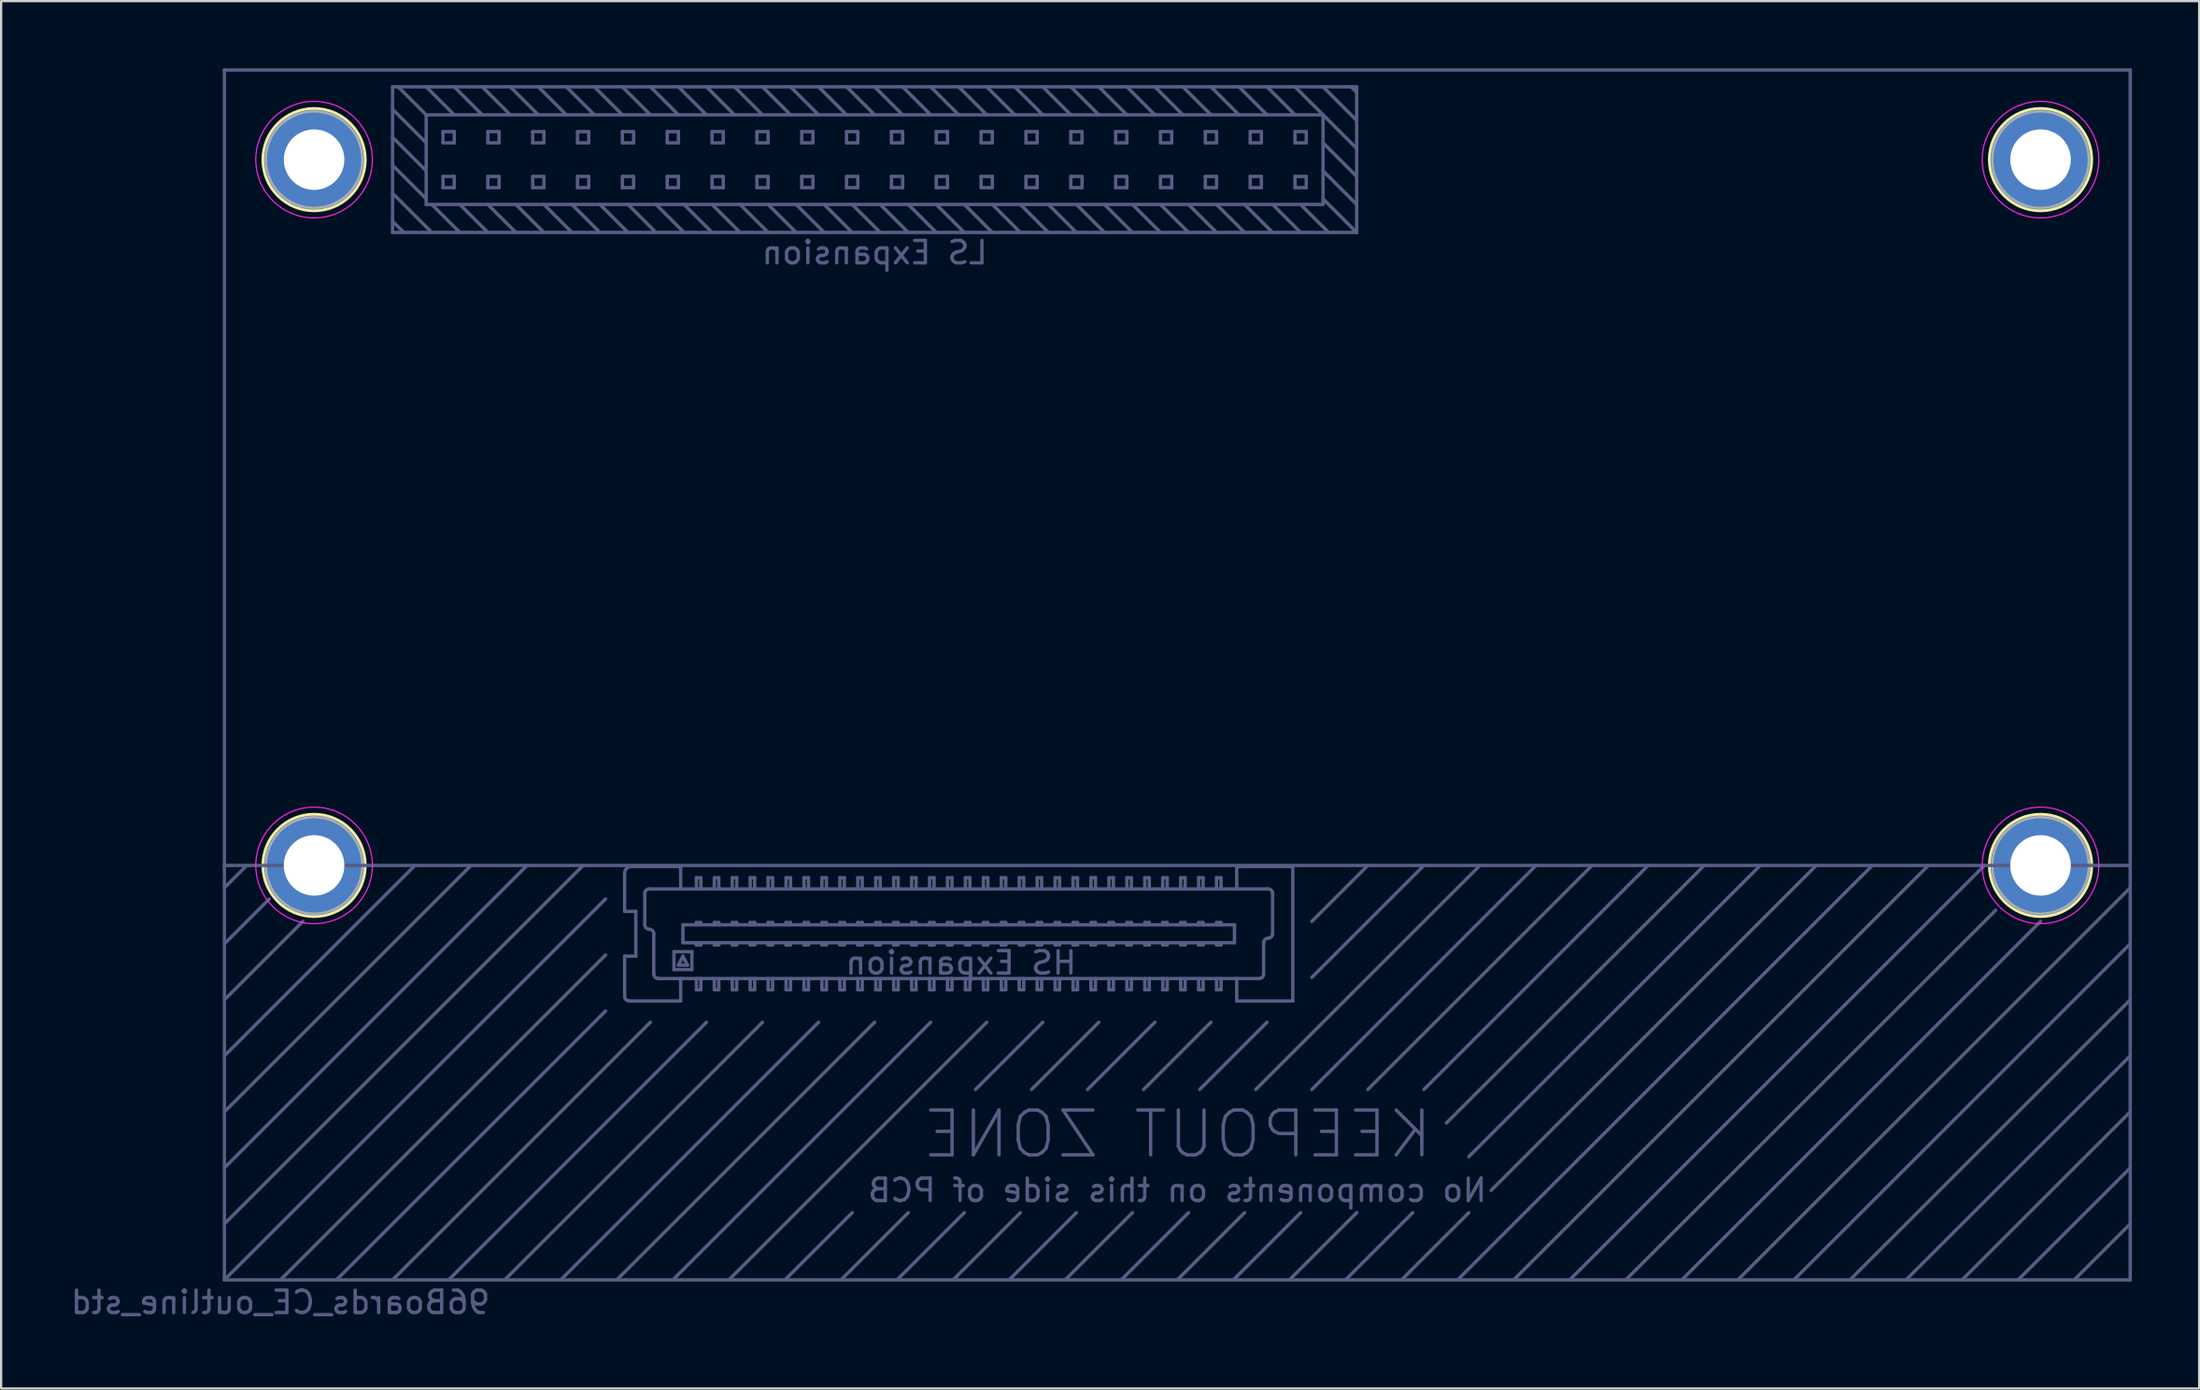
<source format=kicad_pcb>
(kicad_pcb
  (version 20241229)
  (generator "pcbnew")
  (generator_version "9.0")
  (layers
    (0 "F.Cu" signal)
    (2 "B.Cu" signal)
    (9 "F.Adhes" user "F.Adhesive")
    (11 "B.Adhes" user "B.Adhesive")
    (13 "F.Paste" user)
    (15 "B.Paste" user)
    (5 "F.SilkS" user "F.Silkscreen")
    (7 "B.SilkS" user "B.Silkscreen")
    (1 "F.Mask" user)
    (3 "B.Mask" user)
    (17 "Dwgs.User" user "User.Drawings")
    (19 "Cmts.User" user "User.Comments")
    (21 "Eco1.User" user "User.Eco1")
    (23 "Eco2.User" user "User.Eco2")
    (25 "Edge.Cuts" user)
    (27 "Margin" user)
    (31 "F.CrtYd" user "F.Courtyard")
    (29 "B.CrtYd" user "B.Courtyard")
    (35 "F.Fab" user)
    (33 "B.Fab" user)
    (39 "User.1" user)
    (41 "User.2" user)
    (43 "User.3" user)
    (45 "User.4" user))
  (footprint "96Boards_CE_outline_std"
    (layer "F.Cu")
    (at 6.958 54.075)
    (property "Reference" "96Boards_CE_outline_std" (at 2.5 1 0) (layer "B.Fab") (effects (font (size 1 1) (thickness 0.15)) (justify mirror)))
    (attr through_hole)
    (fp_circle (center 4 -50) (end 4 -52.286) (stroke (width 0.12) (type solid)) (fill no) (layer "F.SilkS"))
    (fp_circle (center 4 -18.5) (end 4 -20.786) (stroke (width 0.12) (type solid)) (fill no) (layer "F.SilkS"))
    (fp_circle (center 81 -50) (end 81 -52.286) (stroke (width 0.12) (type solid)) (fill no) (layer "F.SilkS"))
    (fp_circle (center 81 -18.5) (end 81 -20.786) (stroke (width 0.12) (type solid)) (fill no) (layer "F.SilkS"))
    (fp_circle (center 4 -50) (end 6.6 -50) (stroke (width 0.05) (type solid)) (fill no) (layer "F.CrtYd"))
    (fp_circle (center 4 -18.5) (end 6.6 -18.5) (stroke (width 0.05) (type solid)) (fill no) (layer "F.CrtYd"))
    (fp_circle (center 81 -50) (end 83.6 -50) (stroke (width 0.05) (type solid)) (fill no) (layer "F.CrtYd"))
    (fp_circle (center 81 -18.5) (end 83.6 -18.5) (stroke (width 0.05) (type solid)) (fill no) (layer "F.CrtYd"))
    (fp_line (start 0 -54) (end 85 -54) (stroke (width 0.15) (type solid)) (layer "B.Fab"))
    (fp_line (start 0 -18.5) (end 85 -18.5) (stroke (width 0.15) (type solid)) (layer "B.Fab"))
    (fp_line (start 0 -17.5) (end 1 -18.5) (stroke (width 0.15) (type solid)) (layer "B.Fab"))
    (fp_line (start 0 -15) (end 2 -17) (stroke (width 0.15) (type solid)) (layer "B.Fab"))
    (fp_line (start 0 -12.5) (end 3.5 -16) (stroke (width 0.15) (type solid)) (layer "B.Fab"))
    (fp_line (start 0 -10) (end 8.5 -18.5) (stroke (width 0.15) (type solid)) (layer "B.Fab"))
    (fp_line (start 0 -7.5) (end 11 -18.5) (stroke (width 0.15) (type solid)) (layer "B.Fab"))
    (fp_line (start 0 -5) (end 13.5 -18.5) (stroke (width 0.15) (type solid)) (layer "B.Fab"))
    (fp_line (start 0 -2.5) (end 16 -18.5) (stroke (width 0.15) (type solid)) (layer "B.Fab"))
    (fp_line (start 0 0) (end 0 -54) (stroke (width 0.15) (type solid)) (layer "B.Fab"))
    (fp_line (start 0 0) (end 17 -17) (stroke (width 0.15) (type solid)) (layer "B.Fab"))
    (fp_line (start 2.5 0) (end 17 -14.5) (stroke (width 0.15) (type solid)) (layer "B.Fab"))
    (fp_line (start 5 0) (end 17 -12) (stroke (width 0.15) (type solid)) (layer "B.Fab"))
    (fp_line (start 7.5 -53.25) (end 50.5 -53.25) (stroke (width 0.15) (type solid)) (layer "B.Fab"))
    (fp_line (start 7.5 -46.75) (end 7.5 -53.25) (stroke (width 0.15) (type solid)) (layer "B.Fab"))
    (fp_line (start 7.5 0) (end 19 -11.5) (stroke (width 0.15) (type solid)) (layer "B.Fab"))
    (fp_line (start 8 -46.75) (end 7.5 -47.25) (stroke (width 0.15) (type solid)) (layer "B.Fab"))
    (fp_line (start 9 -52) (end 7.75 -53.25) (stroke (width 0.15) (type solid)) (layer "B.Fab"))
    (fp_line (start 9 -52) (end 49 -52) (stroke (width 0.15) (type solid)) (layer "B.Fab"))
    (fp_line (start 9 -50.75) (end 7.5 -52.25) (stroke (width 0.15) (type solid)) (layer "B.Fab"))
    (fp_line (start 9 -49.5) (end 7.5 -51) (stroke (width 0.15) (type solid)) (layer "B.Fab"))
    (fp_line (start 9 -48.25) (end 7.5 -49.75) (stroke (width 0.15) (type solid)) (layer "B.Fab"))
    (fp_line (start 9 -48) (end 9 -52) (stroke (width 0.15) (type solid)) (layer "B.Fab"))
    (fp_line (start 9.25 -46.75) (end 7.5 -48.5) (stroke (width 0.15) (type solid)) (layer "B.Fab"))
    (fp_line (start 9.75 -51.25) (end 9.75 -50.75) (stroke (width 0.15) (type solid)) (layer "B.Fab"))
    (fp_line (start 9.75 -51.25) (end 10.25 -51.25) (stroke (width 0.15) (type solid)) (layer "B.Fab"))
    (fp_line (start 9.75 -49.25) (end 10.25 -49.25) (stroke (width 0.15) (type solid)) (layer "B.Fab"))
    (fp_line (start 9.75 -48.75) (end 9.75 -49.25) (stroke (width 0.15) (type solid)) (layer "B.Fab"))
    (fp_line (start 10 0) (end 21.5 -11.5) (stroke (width 0.15) (type solid)) (layer "B.Fab"))
    (fp_line (start 10.25 -52) (end 9 -53.25) (stroke (width 0.15) (type solid)) (layer "B.Fab"))
    (fp_line (start 10.25 -51.25) (end 10.25 -50.75) (stroke (width 0.15) (type solid)) (layer "B.Fab"))
    (fp_line (start 10.25 -50.75) (end 9.75 -50.75) (stroke (width 0.15) (type solid)) (layer "B.Fab"))
    (fp_line (start 10.25 -49.25) (end 10.25 -48.75) (stroke (width 0.15) (type solid)) (layer "B.Fab"))
    (fp_line (start 10.25 -48.75) (end 9.75 -48.75) (stroke (width 0.15) (type solid)) (layer "B.Fab"))
    (fp_line (start 10.5 -46.75) (end 9.25 -48) (stroke (width 0.15) (type solid)) (layer "B.Fab"))
    (fp_line (start 11.5 -52) (end 10.25 -53.25) (stroke (width 0.15) (type solid)) (layer "B.Fab"))
    (fp_line (start 11.75 -51.25) (end 11.75 -50.75) (stroke (width 0.15) (type solid)) (layer "B.Fab"))
    (fp_line (start 11.75 -51.25) (end 12.25 -51.25) (stroke (width 0.15) (type solid)) (layer "B.Fab"))
    (fp_line (start 11.75 -49.25) (end 12.25 -49.25) (stroke (width 0.15) (type solid)) (layer "B.Fab"))
    (fp_line (start 11.75 -48.75) (end 11.75 -49.25) (stroke (width 0.15) (type solid)) (layer "B.Fab"))
    (fp_line (start 11.75 -46.75) (end 10.5 -48) (stroke (width 0.15) (type solid)) (layer "B.Fab"))
    (fp_line (start 12.25 -51.25) (end 12.25 -50.75) (stroke (width 0.15) (type solid)) (layer "B.Fab"))
    (fp_line (start 12.25 -50.75) (end 11.75 -50.75) (stroke (width 0.15) (type solid)) (layer "B.Fab"))
    (fp_line (start 12.25 -49.25) (end 12.25 -48.75) (stroke (width 0.15) (type solid)) (layer "B.Fab"))
    (fp_line (start 12.25 -48.75) (end 11.75 -48.75) (stroke (width 0.15) (type solid)) (layer "B.Fab"))
    (fp_line (start 12.5 0) (end 24 -11.5) (stroke (width 0.15) (type solid)) (layer "B.Fab"))
    (fp_line (start 12.75 -52) (end 11.5 -53.25) (stroke (width 0.15) (type solid)) (layer "B.Fab"))
    (fp_line (start 13 -46.75) (end 11.75 -48) (stroke (width 0.15) (type solid)) (layer "B.Fab"))
    (fp_line (start 13.75 -51.25) (end 13.75 -50.75) (stroke (width 0.15) (type solid)) (layer "B.Fab"))
    (fp_line (start 13.75 -51.25) (end 14.25 -51.25) (stroke (width 0.15) (type solid)) (layer "B.Fab"))
    (fp_line (start 13.75 -49.25) (end 14.25 -49.25) (stroke (width 0.15) (type solid)) (layer "B.Fab"))
    (fp_line (start 13.75 -48.75) (end 13.75 -49.25) (stroke (width 0.15) (type solid)) (layer "B.Fab"))
    (fp_line (start 14 -52) (end 12.75 -53.25) (stroke (width 0.15) (type solid)) (layer "B.Fab"))
    (fp_line (start 14.25 -51.25) (end 14.25 -50.75) (stroke (width 0.15) (type solid)) (layer "B.Fab"))
    (fp_line (start 14.25 -50.75) (end 13.75 -50.75) (stroke (width 0.15) (type solid)) (layer "B.Fab"))
    (fp_line (start 14.25 -49.25) (end 14.25 -48.75) (stroke (width 0.15) (type solid)) (layer "B.Fab"))
    (fp_line (start 14.25 -48.75) (end 13.75 -48.75) (stroke (width 0.15) (type solid)) (layer "B.Fab"))
    (fp_line (start 14.25 -46.75) (end 13 -48) (stroke (width 0.15) (type solid)) (layer "B.Fab"))
    (fp_line (start 15 0) (end 26.5 -11.5) (stroke (width 0.15) (type solid)) (layer "B.Fab"))
    (fp_line (start 15.25 -52) (end 14 -53.25) (stroke (width 0.15) (type solid)) (layer "B.Fab"))
    (fp_line (start 15.5 -46.75) (end 14.25 -48) (stroke (width 0.15) (type solid)) (layer "B.Fab"))
    (fp_line (start 15.75 -51.25) (end 15.75 -50.75) (stroke (width 0.15) (type solid)) (layer "B.Fab"))
    (fp_line (start 15.75 -51.25) (end 16.25 -51.25) (stroke (width 0.15) (type solid)) (layer "B.Fab"))
    (fp_line (start 15.75 -49.25) (end 16.25 -49.25) (stroke (width 0.15) (type solid)) (layer "B.Fab"))
    (fp_line (start 15.75 -48.75) (end 15.75 -49.25) (stroke (width 0.15) (type solid)) (layer "B.Fab"))
    (fp_line (start 16.25 -51.25) (end 16.25 -50.75) (stroke (width 0.15) (type solid)) (layer "B.Fab"))
    (fp_line (start 16.25 -50.75) (end 15.75 -50.75) (stroke (width 0.15) (type solid)) (layer "B.Fab"))
    (fp_line (start 16.25 -49.25) (end 16.25 -48.75) (stroke (width 0.15) (type solid)) (layer "B.Fab"))
    (fp_line (start 16.25 -48.75) (end 15.75 -48.75) (stroke (width 0.15) (type solid)) (layer "B.Fab"))
    (fp_line (start 16.5 -52) (end 15.25 -53.25) (stroke (width 0.15) (type solid)) (layer "B.Fab"))
    (fp_line (start 16.75 -46.75) (end 15.5 -48) (stroke (width 0.15) (type solid)) (layer "B.Fab"))
    (fp_line (start 17.5 0) (end 29 -11.5) (stroke (width 0.15) (type solid)) (layer "B.Fab"))
    (fp_line (start 17.75 -52) (end 16.5 -53.25) (stroke (width 0.15) (type solid)) (layer "B.Fab"))
    (fp_line (start 17.75 -51.25) (end 17.75 -50.75) (stroke (width 0.15) (type solid)) (layer "B.Fab"))
    (fp_line (start 17.75 -51.25) (end 18.25 -51.25) (stroke (width 0.15) (type solid)) (layer "B.Fab"))
    (fp_line (start 17.75 -49.25) (end 18.25 -49.25) (stroke (width 0.15) (type solid)) (layer "B.Fab"))
    (fp_line (start 17.75 -48.75) (end 17.75 -49.25) (stroke (width 0.15) (type solid)) (layer "B.Fab"))
    (fp_line (start 17.85 -18.15) (end 17.85 -16.45) (stroke (width 0.15) (type solid)) (layer "B.Fab"))
    (fp_line (start 17.85 -16.45) (end 18.35 -16.45) (stroke (width 0.15) (type solid)) (layer "B.Fab"))
    (fp_line (start 17.85 -14.45) (end 17.85 -12.65) (stroke (width 0.15) (type solid)) (layer "B.Fab"))
    (fp_line (start 18 -46.75) (end 16.75 -48) (stroke (width 0.15) (type solid)) (layer "B.Fab"))
    (fp_line (start 18.05 -12.45) (end 20.35 -12.45) (stroke (width 0.15) (type solid)) (layer "B.Fab"))
    (fp_line (start 18.25 -51.25) (end 18.25 -50.75) (stroke (width 0.15) (type solid)) (layer "B.Fab"))
    (fp_line (start 18.25 -50.75) (end 17.75 -50.75) (stroke (width 0.15) (type solid)) (layer "B.Fab"))
    (fp_line (start 18.25 -49.25) (end 18.25 -48.75) (stroke (width 0.15) (type solid)) (layer "B.Fab"))
    (fp_line (start 18.25 -48.75) (end 17.75 -48.75) (stroke (width 0.15) (type solid)) (layer "B.Fab"))
    (fp_line (start 18.35 -16.45) (end 18.35 -14.45) (stroke (width 0.15) (type solid)) (layer "B.Fab"))
    (fp_line (start 18.35 -14.45) (end 17.85 -14.45) (stroke (width 0.15) (type solid)) (layer "B.Fab"))
    (fp_line (start 18.75 -15.85) (end 18.75 -17.25) (stroke (width 0.15) (type solid)) (layer "B.Fab"))
    (fp_line (start 18.95 -17.45) (end 46.55 -17.45) (stroke (width 0.15) (type solid)) (layer "B.Fab"))
    (fp_line (start 19 -52) (end 17.75 -53.25) (stroke (width 0.15) (type solid)) (layer "B.Fab"))
    (fp_line (start 19.15 -15.45) (end 19.15 -13.65) (stroke (width 0.15) (type solid)) (layer "B.Fab"))
    (fp_line (start 19.25 -46.75) (end 18 -48) (stroke (width 0.15) (type solid)) (layer "B.Fab"))
    (fp_line (start 19.35 -13.45) (end 46.15 -13.45) (stroke (width 0.15) (type solid)) (layer "B.Fab"))
    (fp_line (start 19.75 -51.25) (end 19.75 -50.75) (stroke (width 0.15) (type solid)) (layer "B.Fab"))
    (fp_line (start 19.75 -51.25) (end 20.25 -51.25) (stroke (width 0.15) (type solid)) (layer "B.Fab"))
    (fp_line (start 19.75 -49.25) (end 20.25 -49.25) (stroke (width 0.15) (type solid)) (layer "B.Fab"))
    (fp_line (start 19.75 -48.75) (end 19.75 -49.25) (stroke (width 0.15) (type solid)) (layer "B.Fab"))
    (fp_line (start 20 0) (end 31.5 -11.5) (stroke (width 0.15) (type solid)) (layer "B.Fab"))
    (fp_line (start 20.05 -14.65) (end 20.85 -14.65) (stroke (width 0.15) (type solid)) (layer "B.Fab"))
    (fp_line (start 20.05 -13.85) (end 20.05 -14.65) (stroke (width 0.15) (type solid)) (layer "B.Fab"))
    (fp_line (start 20.25 -52) (end 19 -53.25) (stroke (width 0.15) (type solid)) (layer "B.Fab"))
    (fp_line (start 20.25 -51.25) (end 20.25 -50.75) (stroke (width 0.15) (type solid)) (layer "B.Fab"))
    (fp_line (start 20.25 -50.75) (end 19.75 -50.75) (stroke (width 0.15) (type solid)) (layer "B.Fab"))
    (fp_line (start 20.25 -49.25) (end 20.25 -48.75) (stroke (width 0.15) (type solid)) (layer "B.Fab"))
    (fp_line (start 20.25 -48.75) (end 19.75 -48.75) (stroke (width 0.15) (type solid)) (layer "B.Fab"))
    (fp_line (start 20.25 -14.05) (end 20.65 -14.05) (stroke (width 0.15) (type solid)) (layer "B.Fab"))
    (fp_line (start 20.35 -18.45) (end 18.15 -18.45) (stroke (width 0.15) (type solid)) (layer "B.Fab"))
    (fp_line (start 20.35 -18.45) (end 20.35 -17.45) (stroke (width 0.15) (type solid)) (layer "B.Fab"))
    (fp_line (start 20.35 -12.45) (end 20.35 -13.45) (stroke (width 0.15) (type solid)) (layer "B.Fab"))
    (fp_line (start 20.45 -15.85) (end 20.45 -15.05) (stroke (width 0.15) (type solid)) (layer "B.Fab"))
    (fp_line (start 20.45 -15.05) (end 45.05 -15.05) (stroke (width 0.15) (type solid)) (layer "B.Fab"))
    (fp_line (start 20.45 -14.45) (end 20.25 -14.05) (stroke (width 0.15) (type solid)) (layer "B.Fab"))
    (fp_line (start 20.5 -46.75) (end 19.25 -48) (stroke (width 0.15) (type solid)) (layer "B.Fab"))
    (fp_line (start 20.65 -14.05) (end 20.45 -14.45) (stroke (width 0.15) (type solid)) (layer "B.Fab"))
    (fp_line (start 20.85 -14.65) (end 20.85 -13.85) (stroke (width 0.15) (type solid)) (layer "B.Fab"))
    (fp_line (start 20.85 -13.85) (end 20.05 -13.85) (stroke (width 0.15) (type solid)) (layer "B.Fab"))
    (fp_line (start 21.05 -17.95) (end 21.25 -17.95) (stroke (width 0.15) (type solid)) (layer "B.Fab"))
    (fp_line (start 21.05 -17.45) (end 21.05 -17.95) (stroke (width 0.15) (type solid)) (layer "B.Fab"))
    (fp_line (start 21.05 -15.95) (end 21.25 -15.95) (stroke (width 0.15) (type solid)) (layer "B.Fab"))
    (fp_line (start 21.05 -15.85) (end 21.05 -15.95) (stroke (width 0.15) (type solid)) (layer "B.Fab"))
    (fp_line (start 21.05 -15.05) (end 21.05 -14.95) (stroke (width 0.15) (type solid)) (layer "B.Fab"))
    (fp_line (start 21.05 -14.95) (end 21.25 -14.95) (stroke (width 0.15) (type solid)) (layer "B.Fab"))
    (fp_line (start 21.05 -13.45) (end 21.05 -12.95) (stroke (width 0.15) (type solid)) (layer "B.Fab"))
    (fp_line (start 21.05 -12.95) (end 21.25 -12.95) (stroke (width 0.15) (type solid)) (layer "B.Fab"))
    (fp_line (start 21.25 -17.95) (end 21.25 -17.45) (stroke (width 0.15) (type solid)) (layer "B.Fab"))
    (fp_line (start 21.25 -15.95) (end 21.25 -15.85) (stroke (width 0.15) (type solid)) (layer "B.Fab"))
    (fp_line (start 21.25 -14.95) (end 21.25 -15.05) (stroke (width 0.15) (type solid)) (layer "B.Fab"))
    (fp_line (start 21.25 -12.95) (end 21.25 -13.45) (stroke (width 0.15) (type solid)) (layer "B.Fab"))
    (fp_line (start 21.5 -52) (end 20.25 -53.25) (stroke (width 0.15) (type solid)) (layer "B.Fab"))
    (fp_line (start 21.75 -51.25) (end 21.75 -50.75) (stroke (width 0.15) (type solid)) (layer "B.Fab"))
    (fp_line (start 21.75 -51.25) (end 22.25 -51.25) (stroke (width 0.15) (type solid)) (layer "B.Fab"))
    (fp_line (start 21.75 -49.25) (end 22.25 -49.25) (stroke (width 0.15) (type solid)) (layer "B.Fab"))
    (fp_line (start 21.75 -48.75) (end 21.75 -49.25) (stroke (width 0.15) (type solid)) (layer "B.Fab"))
    (fp_line (start 21.75 -46.75) (end 20.5 -48) (stroke (width 0.15) (type solid)) (layer "B.Fab"))
    (fp_line (start 21.85 -17.95) (end 22.05 -17.95) (stroke (width 0.15) (type solid)) (layer "B.Fab"))
    (fp_line (start 21.85 -17.45) (end 21.85 -17.95) (stroke (width 0.15) (type solid)) (layer "B.Fab"))
    (fp_line (start 21.85 -15.95) (end 22.05 -15.95) (stroke (width 0.15) (type solid)) (layer "B.Fab"))
    (fp_line (start 21.85 -15.85) (end 21.85 -15.95) (stroke (width 0.15) (type solid)) (layer "B.Fab"))
    (fp_line (start 21.85 -15.05) (end 21.85 -14.95) (stroke (width 0.15) (type solid)) (layer "B.Fab"))
    (fp_line (start 21.85 -14.95) (end 22.05 -14.95) (stroke (width 0.15) (type solid)) (layer "B.Fab"))
    (fp_line (start 21.85 -13.45) (end 21.85 -12.95) (stroke (width 0.15) (type solid)) (layer "B.Fab"))
    (fp_line (start 21.85 -12.95) (end 22.05 -12.95) (stroke (width 0.15) (type solid)) (layer "B.Fab"))
    (fp_line (start 22.05 -17.95) (end 22.05 -17.45) (stroke (width 0.15) (type solid)) (layer "B.Fab"))
    (fp_line (start 22.05 -15.95) (end 22.05 -15.85) (stroke (width 0.15) (type solid)) (layer "B.Fab"))
    (fp_line (start 22.05 -14.95) (end 22.05 -15.05) (stroke (width 0.15) (type solid)) (layer "B.Fab"))
    (fp_line (start 22.05 -12.95) (end 22.05 -13.45) (stroke (width 0.15) (type solid)) (layer "B.Fab"))
    (fp_line (start 22.25 -51.25) (end 22.25 -50.75) (stroke (width 0.15) (type solid)) (layer "B.Fab"))
    (fp_line (start 22.25 -50.75) (end 21.75 -50.75) (stroke (width 0.15) (type solid)) (layer "B.Fab"))
    (fp_line (start 22.25 -49.25) (end 22.25 -48.75) (stroke (width 0.15) (type solid)) (layer "B.Fab"))
    (fp_line (start 22.25 -48.75) (end 21.75 -48.75) (stroke (width 0.15) (type solid)) (layer "B.Fab"))
    (fp_line (start 22.5 0) (end 34 -11.5) (stroke (width 0.15) (type solid)) (layer "B.Fab"))
    (fp_line (start 22.65 -17.95) (end 22.85 -17.95) (stroke (width 0.15) (type solid)) (layer "B.Fab"))
    (fp_line (start 22.65 -17.45) (end 22.65 -17.95) (stroke (width 0.15) (type solid)) (layer "B.Fab"))
    (fp_line (start 22.65 -15.95) (end 22.85 -15.95) (stroke (width 0.15) (type solid)) (layer "B.Fab"))
    (fp_line (start 22.65 -15.85) (end 22.65 -15.95) (stroke (width 0.15) (type solid)) (layer "B.Fab"))
    (fp_line (start 22.65 -15.05) (end 22.65 -14.95) (stroke (width 0.15) (type solid)) (layer "B.Fab"))
    (fp_line (start 22.65 -14.95) (end 22.85 -14.95) (stroke (width 0.15) (type solid)) (layer "B.Fab"))
    (fp_line (start 22.65 -13.45) (end 22.65 -12.95) (stroke (width 0.15) (type solid)) (layer "B.Fab"))
    (fp_line (start 22.65 -12.95) (end 22.85 -12.95) (stroke (width 0.15) (type solid)) (layer "B.Fab"))
    (fp_line (start 22.75 -52) (end 21.5 -53.25) (stroke (width 0.15) (type solid)) (layer "B.Fab"))
    (fp_line (start 22.85 -17.95) (end 22.85 -17.45) (stroke (width 0.15) (type solid)) (layer "B.Fab"))
    (fp_line (start 22.85 -15.95) (end 22.85 -15.85) (stroke (width 0.15) (type solid)) (layer "B.Fab"))
    (fp_line (start 22.85 -14.95) (end 22.85 -15.05) (stroke (width 0.15) (type solid)) (layer "B.Fab"))
    (fp_line (start 22.85 -12.95) (end 22.85 -13.45) (stroke (width 0.15) (type solid)) (layer "B.Fab"))
    (fp_line (start 23 -46.75) (end 21.75 -48) (stroke (width 0.15) (type solid)) (layer "B.Fab"))
    (fp_line (start 23.45 -17.95) (end 23.65 -17.95) (stroke (width 0.15) (type solid)) (layer "B.Fab"))
    (fp_line (start 23.45 -17.45) (end 23.45 -17.95) (stroke (width 0.15) (type solid)) (layer "B.Fab"))
    (fp_line (start 23.45 -15.95) (end 23.65 -15.95) (stroke (width 0.15) (type solid)) (layer "B.Fab"))
    (fp_line (start 23.45 -15.85) (end 23.45 -15.95) (stroke (width 0.15) (type solid)) (layer "B.Fab"))
    (fp_line (start 23.45 -15.05) (end 23.45 -14.95) (stroke (width 0.15) (type solid)) (layer "B.Fab"))
    (fp_line (start 23.45 -14.95) (end 23.65 -14.95) (stroke (width 0.15) (type solid)) (layer "B.Fab"))
    (fp_line (start 23.45 -13.45) (end 23.45 -12.95) (stroke (width 0.15) (type solid)) (layer "B.Fab"))
    (fp_line (start 23.45 -12.95) (end 23.65 -12.95) (stroke (width 0.15) (type solid)) (layer "B.Fab"))
    (fp_line (start 23.65 -17.95) (end 23.65 -17.45) (stroke (width 0.15) (type solid)) (layer "B.Fab"))
    (fp_line (start 23.65 -15.95) (end 23.65 -15.85) (stroke (width 0.15) (type solid)) (layer "B.Fab"))
    (fp_line (start 23.65 -14.95) (end 23.65 -15.05) (stroke (width 0.15) (type solid)) (layer "B.Fab"))
    (fp_line (start 23.65 -12.95) (end 23.65 -13.45) (stroke (width 0.15) (type solid)) (layer "B.Fab"))
    (fp_line (start 23.75 -51.25) (end 23.75 -50.75) (stroke (width 0.15) (type solid)) (layer "B.Fab"))
    (fp_line (start 23.75 -51.25) (end 24.25 -51.25) (stroke (width 0.15) (type solid)) (layer "B.Fab"))
    (fp_line (start 23.75 -49.25) (end 24.25 -49.25) (stroke (width 0.15) (type solid)) (layer "B.Fab"))
    (fp_line (start 23.75 -48.75) (end 23.75 -49.25) (stroke (width 0.15) (type solid)) (layer "B.Fab"))
    (fp_line (start 24 -52) (end 22.75 -53.25) (stroke (width 0.15) (type solid)) (layer "B.Fab"))
    (fp_line (start 24.25 -51.25) (end 24.25 -50.75) (stroke (width 0.15) (type solid)) (layer "B.Fab"))
    (fp_line (start 24.25 -50.75) (end 23.75 -50.75) (stroke (width 0.15) (type solid)) (layer "B.Fab"))
    (fp_line (start 24.25 -49.25) (end 24.25 -48.75) (stroke (width 0.15) (type solid)) (layer "B.Fab"))
    (fp_line (start 24.25 -48.75) (end 23.75 -48.75) (stroke (width 0.15) (type solid)) (layer "B.Fab"))
    (fp_line (start 24.25 -46.75) (end 23 -48) (stroke (width 0.15) (type solid)) (layer "B.Fab"))
    (fp_line (start 24.25 -17.95) (end 24.45 -17.95) (stroke (width 0.15) (type solid)) (layer "B.Fab"))
    (fp_line (start 24.25 -17.45) (end 24.25 -17.95) (stroke (width 0.15) (type solid)) (layer "B.Fab"))
    (fp_line (start 24.25 -15.95) (end 24.45 -15.95) (stroke (width 0.15) (type solid)) (layer "B.Fab"))
    (fp_line (start 24.25 -15.85) (end 24.25 -15.95) (stroke (width 0.15) (type solid)) (layer "B.Fab"))
    (fp_line (start 24.25 -15.05) (end 24.25 -14.95) (stroke (width 0.15) (type solid)) (layer "B.Fab"))
    (fp_line (start 24.25 -14.95) (end 24.45 -14.95) (stroke (width 0.15) (type solid)) (layer "B.Fab"))
    (fp_line (start 24.25 -13.45) (end 24.25 -12.95) (stroke (width 0.15) (type solid)) (layer "B.Fab"))
    (fp_line (start 24.25 -12.95) (end 24.45 -12.95) (stroke (width 0.15) (type solid)) (layer "B.Fab"))
    (fp_line (start 24.45 -17.95) (end 24.45 -17.45) (stroke (width 0.15) (type solid)) (layer "B.Fab"))
    (fp_line (start 24.45 -15.95) (end 24.45 -15.85) (stroke (width 0.15) (type solid)) (layer "B.Fab"))
    (fp_line (start 24.45 -14.95) (end 24.45 -15.05) (stroke (width 0.15) (type solid)) (layer "B.Fab"))
    (fp_line (start 24.45 -12.95) (end 24.45 -13.45) (stroke (width 0.15) (type solid)) (layer "B.Fab"))
    (fp_line (start 25 0) (end 28 -3) (stroke (width 0.15) (type solid)) (layer "B.Fab"))
    (fp_line (start 25.05 -17.95) (end 25.25 -17.95) (stroke (width 0.15) (type solid)) (layer "B.Fab"))
    (fp_line (start 25.05 -17.45) (end 25.05 -17.95) (stroke (width 0.15) (type solid)) (layer "B.Fab"))
    (fp_line (start 25.05 -15.95) (end 25.25 -15.95) (stroke (width 0.15) (type solid)) (layer "B.Fab"))
    (fp_line (start 25.05 -15.85) (end 25.05 -15.95) (stroke (width 0.15) (type solid)) (layer "B.Fab"))
    (fp_line (start 25.05 -15.05) (end 25.05 -14.95) (stroke (width 0.15) (type solid)) (layer "B.Fab"))
    (fp_line (start 25.05 -14.95) (end 25.25 -14.95) (stroke (width 0.15) (type solid)) (layer "B.Fab"))
    (fp_line (start 25.05 -13.45) (end 25.05 -12.95) (stroke (width 0.15) (type solid)) (layer "B.Fab"))
    (fp_line (start 25.05 -12.95) (end 25.25 -12.95) (stroke (width 0.15) (type solid)) (layer "B.Fab"))
    (fp_line (start 25.25 -52) (end 24 -53.25) (stroke (width 0.15) (type solid)) (layer "B.Fab"))
    (fp_line (start 25.25 -17.95) (end 25.25 -17.45) (stroke (width 0.15) (type solid)) (layer "B.Fab"))
    (fp_line (start 25.25 -15.95) (end 25.25 -15.85) (stroke (width 0.15) (type solid)) (layer "B.Fab"))
    (fp_line (start 25.25 -14.95) (end 25.25 -15.05) (stroke (width 0.15) (type solid)) (layer "B.Fab"))
    (fp_line (start 25.25 -12.95) (end 25.25 -13.45) (stroke (width 0.15) (type solid)) (layer "B.Fab"))
    (fp_line (start 25.5 -46.75) (end 24.25 -48) (stroke (width 0.15) (type solid)) (layer "B.Fab"))
    (fp_line (start 25.75 -51.25) (end 25.75 -50.75) (stroke (width 0.15) (type solid)) (layer "B.Fab"))
    (fp_line (start 25.75 -51.25) (end 26.25 -51.25) (stroke (width 0.15) (type solid)) (layer "B.Fab"))
    (fp_line (start 25.75 -49.25) (end 26.25 -49.25) (stroke (width 0.15) (type solid)) (layer "B.Fab"))
    (fp_line (start 25.75 -48.75) (end 25.75 -49.25) (stroke (width 0.15) (type solid)) (layer "B.Fab"))
    (fp_line (start 25.85 -17.95) (end 26.05 -17.95) (stroke (width 0.15) (type solid)) (layer "B.Fab"))
    (fp_line (start 25.85 -17.45) (end 25.85 -17.95) (stroke (width 0.15) (type solid)) (layer "B.Fab"))
    (fp_line (start 25.85 -15.95) (end 26.05 -15.95) (stroke (width 0.15) (type solid)) (layer "B.Fab"))
    (fp_line (start 25.85 -15.85) (end 25.85 -15.95) (stroke (width 0.15) (type solid)) (layer "B.Fab"))
    (fp_line (start 25.85 -15.05) (end 25.85 -14.95) (stroke (width 0.15) (type solid)) (layer "B.Fab"))
    (fp_line (start 25.85 -14.95) (end 26.05 -14.95) (stroke (width 0.15) (type solid)) (layer "B.Fab"))
    (fp_line (start 25.85 -13.45) (end 25.85 -12.95) (stroke (width 0.15) (type solid)) (layer "B.Fab"))
    (fp_line (start 25.85 -12.95) (end 26.05 -12.95) (stroke (width 0.15) (type solid)) (layer "B.Fab"))
    (fp_line (start 26.05 -17.95) (end 26.05 -17.45) (stroke (width 0.15) (type solid)) (layer "B.Fab"))
    (fp_line (start 26.05 -15.95) (end 26.05 -15.85) (stroke (width 0.15) (type solid)) (layer "B.Fab"))
    (fp_line (start 26.05 -14.95) (end 26.05 -15.05) (stroke (width 0.15) (type solid)) (layer "B.Fab"))
    (fp_line (start 26.05 -12.95) (end 26.05 -13.45) (stroke (width 0.15) (type solid)) (layer "B.Fab"))
    (fp_line (start 26.25 -51.25) (end 26.25 -50.75) (stroke (width 0.15) (type solid)) (layer "B.Fab"))
    (fp_line (start 26.25 -50.75) (end 25.75 -50.75) (stroke (width 0.15) (type solid)) (layer "B.Fab"))
    (fp_line (start 26.25 -49.25) (end 26.25 -48.75) (stroke (width 0.15) (type solid)) (layer "B.Fab"))
    (fp_line (start 26.25 -48.75) (end 25.75 -48.75) (stroke (width 0.15) (type solid)) (layer "B.Fab"))
    (fp_line (start 26.5 -52) (end 25.25 -53.25) (stroke (width 0.15) (type solid)) (layer "B.Fab"))
    (fp_line (start 26.65 -17.95) (end 26.85 -17.95) (stroke (width 0.15) (type solid)) (layer "B.Fab"))
    (fp_line (start 26.65 -17.45) (end 26.65 -17.95) (stroke (width 0.15) (type solid)) (layer "B.Fab"))
    (fp_line (start 26.65 -15.95) (end 26.85 -15.95) (stroke (width 0.15) (type solid)) (layer "B.Fab"))
    (fp_line (start 26.65 -15.85) (end 26.65 -15.95) (stroke (width 0.15) (type solid)) (layer "B.Fab"))
    (fp_line (start 26.65 -15.05) (end 26.65 -14.95) (stroke (width 0.15) (type solid)) (layer "B.Fab"))
    (fp_line (start 26.65 -14.95) (end 26.85 -14.95) (stroke (width 0.15) (type solid)) (layer "B.Fab"))
    (fp_line (start 26.65 -13.45) (end 26.65 -12.95) (stroke (width 0.15) (type solid)) (layer "B.Fab"))
    (fp_line (start 26.65 -12.95) (end 26.85 -12.95) (stroke (width 0.15) (type solid)) (layer "B.Fab"))
    (fp_line (start 26.75 -46.75) (end 25.5 -48) (stroke (width 0.15) (type solid)) (layer "B.Fab"))
    (fp_line (start 26.85 -17.95) (end 26.85 -17.45) (stroke (width 0.15) (type solid)) (layer "B.Fab"))
    (fp_line (start 26.85 -15.95) (end 26.85 -15.85) (stroke (width 0.15) (type solid)) (layer "B.Fab"))
    (fp_line (start 26.85 -14.95) (end 26.85 -15.05) (stroke (width 0.15) (type solid)) (layer "B.Fab"))
    (fp_line (start 26.85 -12.95) (end 26.85 -13.45) (stroke (width 0.15) (type solid)) (layer "B.Fab"))
    (fp_line (start 27.45 -17.95) (end 27.65 -17.95) (stroke (width 0.15) (type solid)) (layer "B.Fab"))
    (fp_line (start 27.45 -17.45) (end 27.45 -17.95) (stroke (width 0.15) (type solid)) (layer "B.Fab"))
    (fp_line (start 27.45 -15.95) (end 27.65 -15.95) (stroke (width 0.15) (type solid)) (layer "B.Fab"))
    (fp_line (start 27.45 -15.85) (end 27.45 -15.95) (stroke (width 0.15) (type solid)) (layer "B.Fab"))
    (fp_line (start 27.45 -15.05) (end 27.45 -14.95) (stroke (width 0.15) (type solid)) (layer "B.Fab"))
    (fp_line (start 27.45 -14.95) (end 27.65 -14.95) (stroke (width 0.15) (type solid)) (layer "B.Fab"))
    (fp_line (start 27.45 -13.45) (end 27.45 -12.95) (stroke (width 0.15) (type solid)) (layer "B.Fab"))
    (fp_line (start 27.45 -12.95) (end 27.65 -12.95) (stroke (width 0.15) (type solid)) (layer "B.Fab"))
    (fp_line (start 27.5 0) (end 30.5 -3) (stroke (width 0.15) (type solid)) (layer "B.Fab"))
    (fp_line (start 27.65 -17.95) (end 27.65 -17.45) (stroke (width 0.15) (type solid)) (layer "B.Fab"))
    (fp_line (start 27.65 -15.95) (end 27.65 -15.85) (stroke (width 0.15) (type solid)) (layer "B.Fab"))
    (fp_line (start 27.65 -14.95) (end 27.65 -15.05) (stroke (width 0.15) (type solid)) (layer "B.Fab"))
    (fp_line (start 27.65 -12.95) (end 27.65 -13.45) (stroke (width 0.15) (type solid)) (layer "B.Fab"))
    (fp_line (start 27.75 -52) (end 26.5 -53.25) (stroke (width 0.15) (type solid)) (layer "B.Fab"))
    (fp_line (start 27.75 -51.25) (end 27.75 -50.75) (stroke (width 0.15) (type solid)) (layer "B.Fab"))
    (fp_line (start 27.75 -51.25) (end 28.25 -51.25) (stroke (width 0.15) (type solid)) (layer "B.Fab"))
    (fp_line (start 27.75 -49.25) (end 28.25 -49.25) (stroke (width 0.15) (type solid)) (layer "B.Fab"))
    (fp_line (start 27.75 -48.75) (end 27.75 -49.25) (stroke (width 0.15) (type solid)) (layer "B.Fab"))
    (fp_line (start 28 -46.75) (end 26.75 -48) (stroke (width 0.15) (type solid)) (layer "B.Fab"))
    (fp_line (start 28.25 -51.25) (end 28.25 -50.75) (stroke (width 0.15) (type solid)) (layer "B.Fab"))
    (fp_line (start 28.25 -50.75) (end 27.75 -50.75) (stroke (width 0.15) (type solid)) (layer "B.Fab"))
    (fp_line (start 28.25 -49.25) (end 28.25 -48.75) (stroke (width 0.15) (type solid)) (layer "B.Fab"))
    (fp_line (start 28.25 -48.75) (end 27.75 -48.75) (stroke (width 0.15) (type solid)) (layer "B.Fab"))
    (fp_line (start 28.25 -17.95) (end 28.45 -17.95) (stroke (width 0.15) (type solid)) (layer "B.Fab"))
    (fp_line (start 28.25 -17.45) (end 28.25 -17.95) (stroke (width 0.15) (type solid)) (layer "B.Fab"))
    (fp_line (start 28.25 -15.95) (end 28.45 -15.95) (stroke (width 0.15) (type solid)) (layer "B.Fab"))
    (fp_line (start 28.25 -15.85) (end 28.25 -15.95) (stroke (width 0.15) (type solid)) (layer "B.Fab"))
    (fp_line (start 28.25 -15.05) (end 28.25 -14.95) (stroke (width 0.15) (type solid)) (layer "B.Fab"))
    (fp_line (start 28.25 -14.95) (end 28.45 -14.95) (stroke (width 0.15) (type solid)) (layer "B.Fab"))
    (fp_line (start 28.25 -13.45) (end 28.25 -12.95) (stroke (width 0.15) (type solid)) (layer "B.Fab"))
    (fp_line (start 28.25 -12.95) (end 28.45 -12.95) (stroke (width 0.15) (type solid)) (layer "B.Fab"))
    (fp_line (start 28.45 -17.95) (end 28.45 -17.45) (stroke (width 0.15) (type solid)) (layer "B.Fab"))
    (fp_line (start 28.45 -15.95) (end 28.45 -15.85) (stroke (width 0.15) (type solid)) (layer "B.Fab"))
    (fp_line (start 28.45 -14.95) (end 28.45 -15.05) (stroke (width 0.15) (type solid)) (layer "B.Fab"))
    (fp_line (start 28.45 -12.95) (end 28.45 -13.45) (stroke (width 0.15) (type solid)) (layer "B.Fab"))
    (fp_line (start 29 -52) (end 27.75 -53.25) (stroke (width 0.15) (type solid)) (layer "B.Fab"))
    (fp_line (start 29.05 -17.95) (end 29.25 -17.95) (stroke (width 0.15) (type solid)) (layer "B.Fab"))
    (fp_line (start 29.05 -17.45) (end 29.05 -17.95) (stroke (width 0.15) (type solid)) (layer "B.Fab"))
    (fp_line (start 29.05 -15.95) (end 29.25 -15.95) (stroke (width 0.15) (type solid)) (layer "B.Fab"))
    (fp_line (start 29.05 -15.85) (end 29.05 -15.95) (stroke (width 0.15) (type solid)) (layer "B.Fab"))
    (fp_line (start 29.05 -15.05) (end 29.05 -14.95) (stroke (width 0.15) (type solid)) (layer "B.Fab"))
    (fp_line (start 29.05 -14.95) (end 29.25 -14.95) (stroke (width 0.15) (type solid)) (layer "B.Fab"))
    (fp_line (start 29.05 -13.45) (end 29.05 -12.95) (stroke (width 0.15) (type solid)) (layer "B.Fab"))
    (fp_line (start 29.05 -12.95) (end 29.25 -12.95) (stroke (width 0.15) (type solid)) (layer "B.Fab"))
    (fp_line (start 29.25 -46.75) (end 28 -48) (stroke (width 0.15) (type solid)) (layer "B.Fab"))
    (fp_line (start 29.25 -17.95) (end 29.25 -17.45) (stroke (width 0.15) (type solid)) (layer "B.Fab"))
    (fp_line (start 29.25 -15.95) (end 29.25 -15.85) (stroke (width 0.15) (type solid)) (layer "B.Fab"))
    (fp_line (start 29.25 -14.95) (end 29.25 -15.05) (stroke (width 0.15) (type solid)) (layer "B.Fab"))
    (fp_line (start 29.25 -12.95) (end 29.25 -13.45) (stroke (width 0.15) (type solid)) (layer "B.Fab"))
    (fp_line (start 29.75 -51.25) (end 29.75 -50.75) (stroke (width 0.15) (type solid)) (layer "B.Fab"))
    (fp_line (start 29.75 -51.25) (end 30.25 -51.25) (stroke (width 0.15) (type solid)) (layer "B.Fab"))
    (fp_line (start 29.75 -49.25) (end 30.25 -49.25) (stroke (width 0.15) (type solid)) (layer "B.Fab"))
    (fp_line (start 29.75 -48.75) (end 29.75 -49.25) (stroke (width 0.15) (type solid)) (layer "B.Fab"))
    (fp_line (start 29.85 -17.95) (end 30.05 -17.95) (stroke (width 0.15) (type solid)) (layer "B.Fab"))
    (fp_line (start 29.85 -17.45) (end 29.85 -17.95) (stroke (width 0.15) (type solid)) (layer "B.Fab"))
    (fp_line (start 29.85 -15.95) (end 30.05 -15.95) (stroke (width 0.15) (type solid)) (layer "B.Fab"))
    (fp_line (start 29.85 -15.85) (end 29.85 -15.95) (stroke (width 0.15) (type solid)) (layer "B.Fab"))
    (fp_line (start 29.85 -15.05) (end 29.85 -14.95) (stroke (width 0.15) (type solid)) (layer "B.Fab"))
    (fp_line (start 29.85 -14.95) (end 30.05 -14.95) (stroke (width 0.15) (type solid)) (layer "B.Fab"))
    (fp_line (start 29.85 -13.45) (end 29.85 -12.95) (stroke (width 0.15) (type solid)) (layer "B.Fab"))
    (fp_line (start 29.85 -12.95) (end 30.05 -12.95) (stroke (width 0.15) (type solid)) (layer "B.Fab"))
    (fp_line (start 30 0) (end 33 -3) (stroke (width 0.15) (type solid)) (layer "B.Fab"))
    (fp_line (start 30.05 -17.95) (end 30.05 -17.45) (stroke (width 0.15) (type solid)) (layer "B.Fab"))
    (fp_line (start 30.05 -15.95) (end 30.05 -15.85) (stroke (width 0.15) (type solid)) (layer "B.Fab"))
    (fp_line (start 30.05 -14.95) (end 30.05 -15.05) (stroke (width 0.15) (type solid)) (layer "B.Fab"))
    (fp_line (start 30.05 -12.95) (end 30.05 -13.45) (stroke (width 0.15) (type solid)) (layer "B.Fab"))
    (fp_line (start 30.25 -52) (end 29 -53.25) (stroke (width 0.15) (type solid)) (layer "B.Fab"))
    (fp_line (start 30.25 -51.25) (end 30.25 -50.75) (stroke (width 0.15) (type solid)) (layer "B.Fab"))
    (fp_line (start 30.25 -50.75) (end 29.75 -50.75) (stroke (width 0.15) (type solid)) (layer "B.Fab"))
    (fp_line (start 30.25 -49.25) (end 30.25 -48.75) (stroke (width 0.15) (type solid)) (layer "B.Fab"))
    (fp_line (start 30.25 -48.75) (end 29.75 -48.75) (stroke (width 0.15) (type solid)) (layer "B.Fab"))
    (fp_line (start 30.5 -46.75) (end 29.25 -48) (stroke (width 0.15) (type solid)) (layer "B.Fab"))
    (fp_line (start 30.65 -17.95) (end 30.85 -17.95) (stroke (width 0.15) (type solid)) (layer "B.Fab"))
    (fp_line (start 30.65 -17.45) (end 30.65 -17.95) (stroke (width 0.15) (type solid)) (layer "B.Fab"))
    (fp_line (start 30.65 -15.95) (end 30.85 -15.95) (stroke (width 0.15) (type solid)) (layer "B.Fab"))
    (fp_line (start 30.65 -15.85) (end 30.65 -15.95) (stroke (width 0.15) (type solid)) (layer "B.Fab"))
    (fp_line (start 30.65 -15.05) (end 30.65 -14.95) (stroke (width 0.15) (type solid)) (layer "B.Fab"))
    (fp_line (start 30.65 -14.95) (end 30.85 -14.95) (stroke (width 0.15) (type solid)) (layer "B.Fab"))
    (fp_line (start 30.65 -13.45) (end 30.65 -12.95) (stroke (width 0.15) (type solid)) (layer "B.Fab"))
    (fp_line (start 30.65 -12.95) (end 30.85 -12.95) (stroke (width 0.15) (type solid)) (layer "B.Fab"))
    (fp_line (start 30.85 -17.95) (end 30.85 -17.45) (stroke (width 0.15) (type solid)) (layer "B.Fab"))
    (fp_line (start 30.85 -15.95) (end 30.85 -15.85) (stroke (width 0.15) (type solid)) (layer "B.Fab"))
    (fp_line (start 30.85 -14.95) (end 30.85 -15.05) (stroke (width 0.15) (type solid)) (layer "B.Fab"))
    (fp_line (start 30.85 -12.95) (end 30.85 -13.45) (stroke (width 0.15) (type solid)) (layer "B.Fab"))
    (fp_line (start 31.45 -17.95) (end 31.65 -17.95) (stroke (width 0.15) (type solid)) (layer "B.Fab"))
    (fp_line (start 31.45 -17.45) (end 31.45 -17.95) (stroke (width 0.15) (type solid)) (layer "B.Fab"))
    (fp_line (start 31.45 -15.95) (end 31.65 -15.95) (stroke (width 0.15) (type solid)) (layer "B.Fab"))
    (fp_line (start 31.45 -15.85) (end 31.45 -15.95) (stroke (width 0.15) (type solid)) (layer "B.Fab"))
    (fp_line (start 31.45 -15.05) (end 31.45 -14.95) (stroke (width 0.15) (type solid)) (layer "B.Fab"))
    (fp_line (start 31.45 -14.95) (end 31.65 -14.95) (stroke (width 0.15) (type solid)) (layer "B.Fab"))
    (fp_line (start 31.45 -13.45) (end 31.45 -12.95) (stroke (width 0.15) (type solid)) (layer "B.Fab"))
    (fp_line (start 31.45 -12.95) (end 31.65 -12.95) (stroke (width 0.15) (type solid)) (layer "B.Fab"))
    (fp_line (start 31.5 -52) (end 30.25 -53.25) (stroke (width 0.15) (type solid)) (layer "B.Fab"))
    (fp_line (start 31.65 -17.95) (end 31.65 -17.45) (stroke (width 0.15) (type solid)) (layer "B.Fab"))
    (fp_line (start 31.65 -15.95) (end 31.65 -15.85) (stroke (width 0.15) (type solid)) (layer "B.Fab"))
    (fp_line (start 31.65 -14.95) (end 31.65 -15.05) (stroke (width 0.15) (type solid)) (layer "B.Fab"))
    (fp_line (start 31.65 -12.95) (end 31.65 -13.45) (stroke (width 0.15) (type solid)) (layer "B.Fab"))
    (fp_line (start 31.75 -51.25) (end 31.75 -50.75) (stroke (width 0.15) (type solid)) (layer "B.Fab"))
    (fp_line (start 31.75 -51.25) (end 32.25 -51.25) (stroke (width 0.15) (type solid)) (layer "B.Fab"))
    (fp_line (start 31.75 -49.25) (end 32.25 -49.25) (stroke (width 0.15) (type solid)) (layer "B.Fab"))
    (fp_line (start 31.75 -48.75) (end 31.75 -49.25) (stroke (width 0.15) (type solid)) (layer "B.Fab"))
    (fp_line (start 31.75 -46.75) (end 30.5 -48) (stroke (width 0.15) (type solid)) (layer "B.Fab"))
    (fp_line (start 32.25 -51.25) (end 32.25 -50.75) (stroke (width 0.15) (type solid)) (layer "B.Fab"))
    (fp_line (start 32.25 -50.75) (end 31.75 -50.75) (stroke (width 0.15) (type solid)) (layer "B.Fab"))
    (fp_line (start 32.25 -49.25) (end 32.25 -48.75) (stroke (width 0.15) (type solid)) (layer "B.Fab"))
    (fp_line (start 32.25 -48.75) (end 31.75 -48.75) (stroke (width 0.15) (type solid)) (layer "B.Fab"))
    (fp_line (start 32.25 -17.95) (end 32.45 -17.95) (stroke (width 0.15) (type solid)) (layer "B.Fab"))
    (fp_line (start 32.25 -17.45) (end 32.25 -17.95) (stroke (width 0.15) (type solid)) (layer "B.Fab"))
    (fp_line (start 32.25 -15.95) (end 32.45 -15.95) (stroke (width 0.15) (type solid)) (layer "B.Fab"))
    (fp_line (start 32.25 -15.85) (end 32.25 -15.95) (stroke (width 0.15) (type solid)) (layer "B.Fab"))
    (fp_line (start 32.25 -15.05) (end 32.25 -14.95) (stroke (width 0.15) (type solid)) (layer "B.Fab"))
    (fp_line (start 32.25 -14.95) (end 32.45 -14.95) (stroke (width 0.15) (type solid)) (layer "B.Fab"))
    (fp_line (start 32.25 -13.45) (end 32.25 -12.95) (stroke (width 0.15) (type solid)) (layer "B.Fab"))
    (fp_line (start 32.25 -12.95) (end 32.45 -12.95) (stroke (width 0.15) (type solid)) (layer "B.Fab"))
    (fp_line (start 32.45 -17.95) (end 32.45 -17.45) (stroke (width 0.15) (type solid)) (layer "B.Fab"))
    (fp_line (start 32.45 -15.95) (end 32.45 -15.85) (stroke (width 0.15) (type solid)) (layer "B.Fab"))
    (fp_line (start 32.45 -14.95) (end 32.45 -15.05) (stroke (width 0.15) (type solid)) (layer "B.Fab"))
    (fp_line (start 32.45 -12.95) (end 32.45 -13.45) (stroke (width 0.15) (type solid)) (layer "B.Fab"))
    (fp_line (start 32.5 0) (end 35.5 -3) (stroke (width 0.15) (type solid)) (layer "B.Fab"))
    (fp_line (start 32.75 -52) (end 31.5 -53.25) (stroke (width 0.15) (type solid)) (layer "B.Fab"))
    (fp_line (start 33 -46.75) (end 31.75 -48) (stroke (width 0.15) (type solid)) (layer "B.Fab"))
    (fp_line (start 33.05 -17.95) (end 33.25 -17.95) (stroke (width 0.15) (type solid)) (layer "B.Fab"))
    (fp_line (start 33.05 -17.45) (end 33.05 -17.95) (stroke (width 0.15) (type solid)) (layer "B.Fab"))
    (fp_line (start 33.05 -15.95) (end 33.25 -15.95) (stroke (width 0.15) (type solid)) (layer "B.Fab"))
    (fp_line (start 33.05 -15.85) (end 33.05 -15.95) (stroke (width 0.15) (type solid)) (layer "B.Fab"))
    (fp_line (start 33.05 -15.05) (end 33.05 -14.95) (stroke (width 0.15) (type solid)) (layer "B.Fab"))
    (fp_line (start 33.05 -14.95) (end 33.25 -14.95) (stroke (width 0.15) (type solid)) (layer "B.Fab"))
    (fp_line (start 33.05 -13.45) (end 33.05 -12.95) (stroke (width 0.15) (type solid)) (layer "B.Fab"))
    (fp_line (start 33.05 -12.95) (end 33.25 -12.95) (stroke (width 0.15) (type solid)) (layer "B.Fab"))
    (fp_line (start 33.25 -17.95) (end 33.25 -17.45) (stroke (width 0.15) (type solid)) (layer "B.Fab"))
    (fp_line (start 33.25 -15.95) (end 33.25 -15.85) (stroke (width 0.15) (type solid)) (layer "B.Fab"))
    (fp_line (start 33.25 -14.95) (end 33.25 -15.05) (stroke (width 0.15) (type solid)) (layer "B.Fab"))
    (fp_line (start 33.25 -12.95) (end 33.25 -13.45) (stroke (width 0.15) (type solid)) (layer "B.Fab"))
    (fp_line (start 33.5 -8.5) (end 36.5 -11.5) (stroke (width 0.15) (type solid)) (layer "B.Fab"))
    (fp_line (start 33.75 -51.25) (end 33.75 -50.75) (stroke (width 0.15) (type solid)) (layer "B.Fab"))
    (fp_line (start 33.75 -51.25) (end 34.25 -51.25) (stroke (width 0.15) (type solid)) (layer "B.Fab"))
    (fp_line (start 33.75 -49.25) (end 34.25 -49.25) (stroke (width 0.15) (type solid)) (layer "B.Fab"))
    (fp_line (start 33.75 -48.75) (end 33.75 -49.25) (stroke (width 0.15) (type solid)) (layer "B.Fab"))
    (fp_line (start 33.85 -17.95) (end 34.05 -17.95) (stroke (width 0.15) (type solid)) (layer "B.Fab"))
    (fp_line (start 33.85 -17.45) (end 33.85 -17.95) (stroke (width 0.15) (type solid)) (layer "B.Fab"))
    (fp_line (start 33.85 -15.95) (end 34.05 -15.95) (stroke (width 0.15) (type solid)) (layer "B.Fab"))
    (fp_line (start 33.85 -15.85) (end 33.85 -15.95) (stroke (width 0.15) (type solid)) (layer "B.Fab"))
    (fp_line (start 33.85 -15.05) (end 33.85 -14.95) (stroke (width 0.15) (type solid)) (layer "B.Fab"))
    (fp_line (start 33.85 -14.95) (end 34.05 -14.95) (stroke (width 0.15) (type solid)) (layer "B.Fab"))
    (fp_line (start 33.85 -13.45) (end 33.85 -12.95) (stroke (width 0.15) (type solid)) (layer "B.Fab"))
    (fp_line (start 33.85 -12.95) (end 34.05 -12.95) (stroke (width 0.15) (type solid)) (layer "B.Fab"))
    (fp_line (start 34 -52) (end 32.75 -53.25) (stroke (width 0.15) (type solid)) (layer "B.Fab"))
    (fp_line (start 34.05 -17.95) (end 34.05 -17.45) (stroke (width 0.15) (type solid)) (layer "B.Fab"))
    (fp_line (start 34.05 -15.95) (end 34.05 -15.85) (stroke (width 0.15) (type solid)) (layer "B.Fab"))
    (fp_line (start 34.05 -14.95) (end 34.05 -15.05) (stroke (width 0.15) (type solid)) (layer "B.Fab"))
    (fp_line (start 34.05 -12.95) (end 34.05 -13.45) (stroke (width 0.15) (type solid)) (layer "B.Fab"))
    (fp_line (start 34.25 -51.25) (end 34.25 -50.75) (stroke (width 0.15) (type solid)) (layer "B.Fab"))
    (fp_line (start 34.25 -50.75) (end 33.75 -50.75) (stroke (width 0.15) (type solid)) (layer "B.Fab"))
    (fp_line (start 34.25 -49.25) (end 34.25 -48.75) (stroke (width 0.15) (type solid)) (layer "B.Fab"))
    (fp_line (start 34.25 -48.75) (end 33.75 -48.75) (stroke (width 0.15) (type solid)) (layer "B.Fab"))
    (fp_line (start 34.25 -46.75) (end 33 -48) (stroke (width 0.15) (type solid)) (layer "B.Fab"))
    (fp_line (start 34.65 -17.95) (end 34.85 -17.95) (stroke (width 0.15) (type solid)) (layer "B.Fab"))
    (fp_line (start 34.65 -17.45) (end 34.65 -17.95) (stroke (width 0.15) (type solid)) (layer "B.Fab"))
    (fp_line (start 34.65 -15.95) (end 34.85 -15.95) (stroke (width 0.15) (type solid)) (layer "B.Fab"))
    (fp_line (start 34.65 -15.85) (end 34.65 -15.95) (stroke (width 0.15) (type solid)) (layer "B.Fab"))
    (fp_line (start 34.65 -15.05) (end 34.65 -14.95) (stroke (width 0.15) (type solid)) (layer "B.Fab"))
    (fp_line (start 34.65 -14.95) (end 34.85 -14.95) (stroke (width 0.15) (type solid)) (layer "B.Fab"))
    (fp_line (start 34.65 -13.45) (end 34.65 -12.95) (stroke (width 0.15) (type solid)) (layer "B.Fab"))
    (fp_line (start 34.65 -12.95) (end 34.85 -12.95) (stroke (width 0.15) (type solid)) (layer "B.Fab"))
    (fp_line (start 34.85 -17.95) (end 34.85 -17.45) (stroke (width 0.15) (type solid)) (layer "B.Fab"))
    (fp_line (start 34.85 -15.95) (end 34.85 -15.85) (stroke (width 0.15) (type solid)) (layer "B.Fab"))
    (fp_line (start 34.85 -14.95) (end 34.85 -15.05) (stroke (width 0.15) (type solid)) (layer "B.Fab"))
    (fp_line (start 34.85 -12.95) (end 34.85 -13.45) (stroke (width 0.15) (type solid)) (layer "B.Fab"))
    (fp_line (start 35 0) (end 38 -3) (stroke (width 0.15) (type solid)) (layer "B.Fab"))
    (fp_line (start 35.25 -52) (end 34 -53.25) (stroke (width 0.15) (type solid)) (layer "B.Fab"))
    (fp_line (start 35.45 -17.95) (end 35.65 -17.95) (stroke (width 0.15) (type solid)) (layer "B.Fab"))
    (fp_line (start 35.45 -17.45) (end 35.45 -17.95) (stroke (width 0.15) (type solid)) (layer "B.Fab"))
    (fp_line (start 35.45 -15.95) (end 35.65 -15.95) (stroke (width 0.15) (type solid)) (layer "B.Fab"))
    (fp_line (start 35.45 -15.85) (end 35.45 -15.95) (stroke (width 0.15) (type solid)) (layer "B.Fab"))
    (fp_line (start 35.45 -15.05) (end 35.45 -14.95) (stroke (width 0.15) (type solid)) (layer "B.Fab"))
    (fp_line (start 35.45 -14.95) (end 35.65 -14.95) (stroke (width 0.15) (type solid)) (layer "B.Fab"))
    (fp_line (start 35.45 -13.45) (end 35.45 -12.95) (stroke (width 0.15) (type solid)) (layer "B.Fab"))
    (fp_line (start 35.45 -12.95) (end 35.65 -12.95) (stroke (width 0.15) (type solid)) (layer "B.Fab"))
    (fp_line (start 35.5 -46.75) (end 34.25 -48) (stroke (width 0.15) (type solid)) (layer "B.Fab"))
    (fp_line (start 35.65 -17.95) (end 35.65 -17.45) (stroke (width 0.15) (type solid)) (layer "B.Fab"))
    (fp_line (start 35.65 -15.95) (end 35.65 -15.85) (stroke (width 0.15) (type solid)) (layer "B.Fab"))
    (fp_line (start 35.65 -14.95) (end 35.65 -15.05) (stroke (width 0.15) (type solid)) (layer "B.Fab"))
    (fp_line (start 35.65 -12.95) (end 35.65 -13.45) (stroke (width 0.15) (type solid)) (layer "B.Fab"))
    (fp_line (start 35.75 -51.25) (end 35.75 -50.75) (stroke (width 0.15) (type solid)) (layer "B.Fab"))
    (fp_line (start 35.75 -51.25) (end 36.25 -51.25) (stroke (width 0.15) (type solid)) (layer "B.Fab"))
    (fp_line (start 35.75 -49.25) (end 36.25 -49.25) (stroke (width 0.15) (type solid)) (layer "B.Fab"))
    (fp_line (start 35.75 -48.75) (end 35.75 -49.25) (stroke (width 0.15) (type solid)) (layer "B.Fab"))
    (fp_line (start 36 -8.5) (end 39 -11.5) (stroke (width 0.15) (type solid)) (layer "B.Fab"))
    (fp_line (start 36.25 -51.25) (end 36.25 -50.75) (stroke (width 0.15) (type solid)) (layer "B.Fab"))
    (fp_line (start 36.25 -50.75) (end 35.75 -50.75) (stroke (width 0.15) (type solid)) (layer "B.Fab"))
    (fp_line (start 36.25 -49.25) (end 36.25 -48.75) (stroke (width 0.15) (type solid)) (layer "B.Fab"))
    (fp_line (start 36.25 -48.75) (end 35.75 -48.75) (stroke (width 0.15) (type solid)) (layer "B.Fab"))
    (fp_line (start 36.25 -17.95) (end 36.45 -17.95) (stroke (width 0.15) (type solid)) (layer "B.Fab"))
    (fp_line (start 36.25 -17.45) (end 36.25 -17.95) (stroke (width 0.15) (type solid)) (layer "B.Fab"))
    (fp_line (start 36.25 -15.95) (end 36.45 -15.95) (stroke (width 0.15) (type solid)) (layer "B.Fab"))
    (fp_line (start 36.25 -15.85) (end 36.25 -15.95) (stroke (width 0.15) (type solid)) (layer "B.Fab"))
    (fp_line (start 36.25 -15.05) (end 36.25 -14.95) (stroke (width 0.15) (type solid)) (layer "B.Fab"))
    (fp_line (start 36.25 -14.95) (end 36.45 -14.95) (stroke (width 0.15) (type solid)) (layer "B.Fab"))
    (fp_line (start 36.25 -13.45) (end 36.25 -12.95) (stroke (width 0.15) (type solid)) (layer "B.Fab"))
    (fp_line (start 36.25 -12.95) (end 36.45 -12.95) (stroke (width 0.15) (type solid)) (layer "B.Fab"))
    (fp_line (start 36.45 -17.95) (end 36.45 -17.45) (stroke (width 0.15) (type solid)) (layer "B.Fab"))
    (fp_line (start 36.45 -15.95) (end 36.45 -15.85) (stroke (width 0.15) (type solid)) (layer "B.Fab"))
    (fp_line (start 36.45 -14.95) (end 36.45 -15.05) (stroke (width 0.15) (type solid)) (layer "B.Fab"))
    (fp_line (start 36.45 -12.95) (end 36.45 -13.45) (stroke (width 0.15) (type solid)) (layer "B.Fab"))
    (fp_line (start 36.5 -52) (end 35.25 -53.25) (stroke (width 0.15) (type solid)) (layer "B.Fab"))
    (fp_line (start 36.75 -46.75) (end 35.5 -48) (stroke (width 0.15) (type solid)) (layer "B.Fab"))
    (fp_line (start 37.05 -17.95) (end 37.25 -17.95) (stroke (width 0.15) (type solid)) (layer "B.Fab"))
    (fp_line (start 37.05 -17.45) (end 37.05 -17.95) (stroke (width 0.15) (type solid)) (layer "B.Fab"))
    (fp_line (start 37.05 -15.95) (end 37.25 -15.95) (stroke (width 0.15) (type solid)) (layer "B.Fab"))
    (fp_line (start 37.05 -15.85) (end 37.05 -15.95) (stroke (width 0.15) (type solid)) (layer "B.Fab"))
    (fp_line (start 37.05 -15.05) (end 37.05 -14.95) (stroke (width 0.15) (type solid)) (layer "B.Fab"))
    (fp_line (start 37.05 -14.95) (end 37.25 -14.95) (stroke (width 0.15) (type solid)) (layer "B.Fab"))
    (fp_line (start 37.05 -13.45) (end 37.05 -12.95) (stroke (width 0.15) (type solid)) (layer "B.Fab"))
    (fp_line (start 37.05 -12.95) (end 37.25 -12.95) (stroke (width 0.15) (type solid)) (layer "B.Fab"))
    (fp_line (start 37.25 -17.95) (end 37.25 -17.45) (stroke (width 0.15) (type solid)) (layer "B.Fab"))
    (fp_line (start 37.25 -15.95) (end 37.25 -15.85) (stroke (width 0.15) (type solid)) (layer "B.Fab"))
    (fp_line (start 37.25 -14.95) (end 37.25 -15.05) (stroke (width 0.15) (type solid)) (layer "B.Fab"))
    (fp_line (start 37.25 -12.95) (end 37.25 -13.45) (stroke (width 0.15) (type solid)) (layer "B.Fab"))
    (fp_line (start 37.75 -52) (end 36.5 -53.25) (stroke (width 0.15) (type solid)) (layer "B.Fab"))
    (fp_line (start 37.75 -51.25) (end 37.75 -50.75) (stroke (width 0.15) (type solid)) (layer "B.Fab"))
    (fp_line (start 37.75 -51.25) (end 38.25 -51.25) (stroke (width 0.15) (type solid)) (layer "B.Fab"))
    (fp_line (start 37.75 -49.25) (end 38.25 -49.25) (stroke (width 0.15) (type solid)) (layer "B.Fab"))
    (fp_line (start 37.75 -48.75) (end 37.75 -49.25) (stroke (width 0.15) (type solid)) (layer "B.Fab"))
    (fp_line (start 37.85 -17.95) (end 38.05 -17.95) (stroke (width 0.15) (type solid)) (layer "B.Fab"))
    (fp_line (start 37.85 -17.45) (end 37.85 -17.95) (stroke (width 0.15) (type solid)) (layer "B.Fab"))
    (fp_line (start 37.85 -15.95) (end 38.05 -15.95) (stroke (width 0.15) (type solid)) (layer "B.Fab"))
    (fp_line (start 37.85 -15.85) (end 37.85 -15.95) (stroke (width 0.15) (type solid)) (layer "B.Fab"))
    (fp_line (start 37.85 -15.05) (end 37.85 -14.95) (stroke (width 0.15) (type solid)) (layer "B.Fab"))
    (fp_line (start 37.85 -14.95) (end 38.05 -14.95) (stroke (width 0.15) (type solid)) (layer "B.Fab"))
    (fp_line (start 37.85 -13.45) (end 37.85 -12.95) (stroke (width 0.15) (type solid)) (layer "B.Fab"))
    (fp_line (start 37.85 -12.95) (end 38.05 -12.95) (stroke (width 0.15) (type solid)) (layer "B.Fab"))
    (fp_line (start 38 -46.75) (end 36.75 -48) (stroke (width 0.15) (type solid)) (layer "B.Fab"))
    (fp_line (start 38.05 -17.95) (end 38.05 -17.45) (stroke (width 0.15) (type solid)) (layer "B.Fab"))
    (fp_line (start 38.05 -15.95) (end 38.05 -15.85) (stroke (width 0.15) (type solid)) (layer "B.Fab"))
    (fp_line (start 38.05 -14.95) (end 38.05 -15.05) (stroke (width 0.15) (type solid)) (layer "B.Fab"))
    (fp_line (start 38.05 -12.95) (end 38.05 -13.45) (stroke (width 0.15) (type solid)) (layer "B.Fab"))
    (fp_line (start 38.25 -51.25) (end 38.25 -50.75) (stroke (width 0.15) (type solid)) (layer "B.Fab"))
    (fp_line (start 38.25 -50.75) (end 37.75 -50.75) (stroke (width 0.15) (type solid)) (layer "B.Fab"))
    (fp_line (start 38.25 -49.25) (end 38.25 -48.75) (stroke (width 0.15) (type solid)) (layer "B.Fab"))
    (fp_line (start 38.25 -48.75) (end 37.75 -48.75) (stroke (width 0.15) (type solid)) (layer "B.Fab"))
    (fp_line (start 38.5 -8.5) (end 41.5 -11.5) (stroke (width 0.15) (type solid)) (layer "B.Fab"))
    (fp_line (start 38.65 -17.95) (end 38.85 -17.95) (stroke (width 0.15) (type solid)) (layer "B.Fab"))
    (fp_line (start 38.65 -17.45) (end 38.65 -17.95) (stroke (width 0.15) (type solid)) (layer "B.Fab"))
    (fp_line (start 38.65 -15.95) (end 38.85 -15.95) (stroke (width 0.15) (type solid)) (layer "B.Fab"))
    (fp_line (start 38.65 -15.85) (end 38.65 -15.95) (stroke (width 0.15) (type solid)) (layer "B.Fab"))
    (fp_line (start 38.65 -15.05) (end 38.65 -14.95) (stroke (width 0.15) (type solid)) (layer "B.Fab"))
    (fp_line (start 38.65 -14.95) (end 38.85 -14.95) (stroke (width 0.15) (type solid)) (layer "B.Fab"))
    (fp_line (start 38.65 -13.45) (end 38.65 -12.95) (stroke (width 0.15) (type solid)) (layer "B.Fab"))
    (fp_line (start 38.65 -12.95) (end 38.85 -12.95) (stroke (width 0.15) (type solid)) (layer "B.Fab"))
    (fp_line (start 38.85 -17.95) (end 38.85 -17.45) (stroke (width 0.15) (type solid)) (layer "B.Fab"))
    (fp_line (start 38.85 -15.95) (end 38.85 -15.85) (stroke (width 0.15) (type solid)) (layer "B.Fab"))
    (fp_line (start 38.85 -14.95) (end 38.85 -15.05) (stroke (width 0.15) (type solid)) (layer "B.Fab"))
    (fp_line (start 38.85 -12.95) (end 38.85 -13.45) (stroke (width 0.15) (type solid)) (layer "B.Fab"))
    (fp_line (start 39 -52) (end 37.75 -53.25) (stroke (width 0.15) (type solid)) (layer "B.Fab"))
    (fp_line (start 39.25 -46.75) (end 38 -48) (stroke (width 0.15) (type solid)) (layer "B.Fab"))
    (fp_line (start 39.45 -17.95) (end 39.65 -17.95) (stroke (width 0.15) (type solid)) (layer "B.Fab"))
    (fp_line (start 39.45 -17.45) (end 39.45 -17.95) (stroke (width 0.15) (type solid)) (layer "B.Fab"))
    (fp_line (start 39.45 -15.95) (end 39.65 -15.95) (stroke (width 0.15) (type solid)) (layer "B.Fab"))
    (fp_line (start 39.45 -15.85) (end 39.45 -15.95) (stroke (width 0.15) (type solid)) (layer "B.Fab"))
    (fp_line (start 39.45 -15.05) (end 39.45 -14.95) (stroke (width 0.15) (type solid)) (layer "B.Fab"))
    (fp_line (start 39.45 -14.95) (end 39.65 -14.95) (stroke (width 0.15) (type solid)) (layer "B.Fab"))
    (fp_line (start 39.45 -13.45) (end 39.45 -12.95) (stroke (width 0.15) (type solid)) (layer "B.Fab"))
    (fp_line (start 39.45 -12.95) (end 39.65 -12.95) (stroke (width 0.15) (type solid)) (layer "B.Fab"))
    (fp_line (start 39.65 -17.95) (end 39.65 -17.45) (stroke (width 0.15) (type solid)) (layer "B.Fab"))
    (fp_line (start 39.65 -15.95) (end 39.65 -15.85) (stroke (width 0.15) (type solid)) (layer "B.Fab"))
    (fp_line (start 39.65 -14.95) (end 39.65 -15.05) (stroke (width 0.15) (type solid)) (layer "B.Fab"))
    (fp_line (start 39.65 -12.95) (end 39.65 -13.45) (stroke (width 0.15) (type solid)) (layer "B.Fab"))
    (fp_line (start 39.75 -51.25) (end 39.75 -50.75) (stroke (width 0.15) (type solid)) (layer "B.Fab"))
    (fp_line (start 39.75 -51.25) (end 40.25 -51.25) (stroke (width 0.15) (type solid)) (layer "B.Fab"))
    (fp_line (start 39.75 -49.25) (end 40.25 -49.25) (stroke (width 0.15) (type solid)) (layer "B.Fab"))
    (fp_line (start 39.75 -48.75) (end 39.75 -49.25) (stroke (width 0.15) (type solid)) (layer "B.Fab"))
    (fp_line (start 40.25 -52) (end 39 -53.25) (stroke (width 0.15) (type solid)) (layer "B.Fab"))
    (fp_line (start 40.25 -51.25) (end 40.25 -50.75) (stroke (width 0.15) (type solid)) (layer "B.Fab"))
    (fp_line (start 40.25 -50.75) (end 39.75 -50.75) (stroke (width 0.15) (type solid)) (layer "B.Fab"))
    (fp_line (start 40.25 -49.25) (end 40.25 -48.75) (stroke (width 0.15) (type solid)) (layer "B.Fab"))
    (fp_line (start 40.25 -48.75) (end 39.75 -48.75) (stroke (width 0.15) (type solid)) (layer "B.Fab"))
    (fp_line (start 40.25 -17.95) (end 40.45 -17.95) (stroke (width 0.15) (type solid)) (layer "B.Fab"))
    (fp_line (start 40.25 -17.45) (end 40.25 -17.95) (stroke (width 0.15) (type solid)) (layer "B.Fab"))
    (fp_line (start 40.25 -15.95) (end 40.45 -15.95) (stroke (width 0.15) (type solid)) (layer "B.Fab"))
    (fp_line (start 40.25 -15.85) (end 40.25 -15.95) (stroke (width 0.15) (type solid)) (layer "B.Fab"))
    (fp_line (start 40.25 -15.05) (end 40.25 -14.95) (stroke (width 0.15) (type solid)) (layer "B.Fab"))
    (fp_line (start 40.25 -14.95) (end 40.45 -14.95) (stroke (width 0.15) (type solid)) (layer "B.Fab"))
    (fp_line (start 40.25 -13.45) (end 40.25 -12.95) (stroke (width 0.15) (type solid)) (layer "B.Fab"))
    (fp_line (start 40.25 -12.95) (end 40.45 -12.95) (stroke (width 0.15) (type solid)) (layer "B.Fab"))
    (fp_line (start 40.45 -17.95) (end 40.45 -17.45) (stroke (width 0.15) (type solid)) (layer "B.Fab"))
    (fp_line (start 40.45 -15.95) (end 40.45 -15.85) (stroke (width 0.15) (type solid)) (layer "B.Fab"))
    (fp_line (start 40.45 -14.95) (end 40.45 -15.05) (stroke (width 0.15) (type solid)) (layer "B.Fab"))
    (fp_line (start 40.45 -12.95) (end 40.45 -13.45) (stroke (width 0.15) (type solid)) (layer "B.Fab"))
    (fp_line (start 40.5 -46.75) (end 39.25 -48) (stroke (width 0.15) (type solid)) (layer "B.Fab"))
    (fp_line (start 40.5 -3) (end 37.5 0) (stroke (width 0.15) (type solid)) (layer "B.Fab"))
    (fp_line (start 41 -8.5) (end 44 -11.5) (stroke (width 0.15) (type solid)) (layer "B.Fab"))
    (fp_line (start 41.05 -17.95) (end 41.25 -17.95) (stroke (width 0.15) (type solid)) (layer "B.Fab"))
    (fp_line (start 41.05 -17.45) (end 41.05 -17.95) (stroke (width 0.15) (type solid)) (layer "B.Fab"))
    (fp_line (start 41.05 -15.95) (end 41.25 -15.95) (stroke (width 0.15) (type solid)) (layer "B.Fab"))
    (fp_line (start 41.05 -15.85) (end 41.05 -15.95) (stroke (width 0.15) (type solid)) (layer "B.Fab"))
    (fp_line (start 41.05 -15.05) (end 41.05 -14.95) (stroke (width 0.15) (type solid)) (layer "B.Fab"))
    (fp_line (start 41.05 -14.95) (end 41.25 -14.95) (stroke (width 0.15) (type solid)) (layer "B.Fab"))
    (fp_line (start 41.05 -13.45) (end 41.05 -12.95) (stroke (width 0.15) (type solid)) (layer "B.Fab"))
    (fp_line (start 41.05 -12.95) (end 41.25 -12.95) (stroke (width 0.15) (type solid)) (layer "B.Fab"))
    (fp_line (start 41.25 -17.95) (end 41.25 -17.45) (stroke (width 0.15) (type solid)) (layer "B.Fab"))
    (fp_line (start 41.25 -15.95) (end 41.25 -15.85) (stroke (width 0.15) (type solid)) (layer "B.Fab"))
    (fp_line (start 41.25 -14.95) (end 41.25 -15.05) (stroke (width 0.15) (type solid)) (layer "B.Fab"))
    (fp_line (start 41.25 -12.95) (end 41.25 -13.45) (stroke (width 0.15) (type solid)) (layer "B.Fab"))
    (fp_line (start 41.5 -52) (end 40.25 -53.25) (stroke (width 0.15) (type solid)) (layer "B.Fab"))
    (fp_line (start 41.75 -51.25) (end 41.75 -50.75) (stroke (width 0.15) (type solid)) (layer "B.Fab"))
    (fp_line (start 41.75 -51.25) (end 42.25 -51.25) (stroke (width 0.15) (type solid)) (layer "B.Fab"))
    (fp_line (start 41.75 -49.25) (end 42.25 -49.25) (stroke (width 0.15) (type solid)) (layer "B.Fab"))
    (fp_line (start 41.75 -48.75) (end 41.75 -49.25) (stroke (width 0.15) (type solid)) (layer "B.Fab"))
    (fp_line (start 41.75 -46.75) (end 40.5 -48) (stroke (width 0.15) (type solid)) (layer "B.Fab"))
    (fp_line (start 41.85 -17.95) (end 42.05 -17.95) (stroke (width 0.15) (type solid)) (layer "B.Fab"))
    (fp_line (start 41.85 -17.45) (end 41.85 -17.95) (stroke (width 0.15) (type solid)) (layer "B.Fab"))
    (fp_line (start 41.85 -15.95) (end 42.05 -15.95) (stroke (width 0.15) (type solid)) (layer "B.Fab"))
    (fp_line (start 41.85 -15.85) (end 41.85 -15.95) (stroke (width 0.15) (type solid)) (layer "B.Fab"))
    (fp_line (start 41.85 -15.05) (end 41.85 -14.95) (stroke (width 0.15) (type solid)) (layer "B.Fab"))
    (fp_line (start 41.85 -14.95) (end 42.05 -14.95) (stroke (width 0.15) (type solid)) (layer "B.Fab"))
    (fp_line (start 41.85 -13.45) (end 41.85 -12.95) (stroke (width 0.15) (type solid)) (layer "B.Fab"))
    (fp_line (start 41.85 -12.95) (end 42.05 -12.95) (stroke (width 0.15) (type solid)) (layer "B.Fab"))
    (fp_line (start 42.05 -17.95) (end 42.05 -17.45) (stroke (width 0.15) (type solid)) (layer "B.Fab"))
    (fp_line (start 42.05 -15.95) (end 42.05 -15.85) (stroke (width 0.15) (type solid)) (layer "B.Fab"))
    (fp_line (start 42.05 -14.95) (end 42.05 -15.05) (stroke (width 0.15) (type solid)) (layer "B.Fab"))
    (fp_line (start 42.05 -12.95) (end 42.05 -13.45) (stroke (width 0.15) (type solid)) (layer "B.Fab"))
    (fp_line (start 42.25 -51.25) (end 42.25 -50.75) (stroke (width 0.15) (type solid)) (layer "B.Fab"))
    (fp_line (start 42.25 -50.75) (end 41.75 -50.75) (stroke (width 0.15) (type solid)) (layer "B.Fab"))
    (fp_line (start 42.25 -49.25) (end 42.25 -48.75) (stroke (width 0.15) (type solid)) (layer "B.Fab"))
    (fp_line (start 42.25 -48.75) (end 41.75 -48.75) (stroke (width 0.15) (type solid)) (layer "B.Fab"))
    (fp_line (start 42.65 -17.95) (end 42.85 -17.95) (stroke (width 0.15) (type solid)) (layer "B.Fab"))
    (fp_line (start 42.65 -17.45) (end 42.65 -17.95) (stroke (width 0.15) (type solid)) (layer "B.Fab"))
    (fp_line (start 42.65 -15.95) (end 42.85 -15.95) (stroke (width 0.15) (type solid)) (layer "B.Fab"))
    (fp_line (start 42.65 -15.85) (end 42.65 -15.95) (stroke (width 0.15) (type solid)) (layer "B.Fab"))
    (fp_line (start 42.65 -15.05) (end 42.65 -14.95) (stroke (width 0.15) (type solid)) (layer "B.Fab"))
    (fp_line (start 42.65 -14.95) (end 42.85 -14.95) (stroke (width 0.15) (type solid)) (layer "B.Fab"))
    (fp_line (start 42.65 -13.45) (end 42.65 -12.95) (stroke (width 0.15) (type solid)) (layer "B.Fab"))
    (fp_line (start 42.65 -12.95) (end 42.85 -12.95) (stroke (width 0.15) (type solid)) (layer "B.Fab"))
    (fp_line (start 42.75 -52) (end 41.5 -53.25) (stroke (width 0.15) (type solid)) (layer "B.Fab"))
    (fp_line (start 42.85 -17.95) (end 42.85 -17.45) (stroke (width 0.15) (type solid)) (layer "B.Fab"))
    (fp_line (start 42.85 -15.95) (end 42.85 -15.85) (stroke (width 0.15) (type solid)) (layer "B.Fab"))
    (fp_line (start 42.85 -14.95) (end 42.85 -15.05) (stroke (width 0.15) (type solid)) (layer "B.Fab"))
    (fp_line (start 42.85 -12.95) (end 42.85 -13.45) (stroke (width 0.15) (type solid)) (layer "B.Fab"))
    (fp_line (start 43 -46.75) (end 41.75 -48) (stroke (width 0.15) (type solid)) (layer "B.Fab"))
    (fp_line (start 43 -3) (end 40 0) (stroke (width 0.15) (type solid)) (layer "B.Fab"))
    (fp_line (start 43.45 -17.95) (end 43.65 -17.95) (stroke (width 0.15) (type solid)) (layer "B.Fab"))
    (fp_line (start 43.45 -17.45) (end 43.45 -17.95) (stroke (width 0.15) (type solid)) (layer "B.Fab"))
    (fp_line (start 43.45 -15.95) (end 43.65 -15.95) (stroke (width 0.15) (type solid)) (layer "B.Fab"))
    (fp_line (start 43.45 -15.85) (end 43.45 -15.95) (stroke (width 0.15) (type solid)) (layer "B.Fab"))
    (fp_line (start 43.45 -15.05) (end 43.45 -14.95) (stroke (width 0.15) (type solid)) (layer "B.Fab"))
    (fp_line (start 43.45 -14.95) (end 43.65 -14.95) (stroke (width 0.15) (type solid)) (layer "B.Fab"))
    (fp_line (start 43.45 -13.45) (end 43.45 -12.95) (stroke (width 0.15) (type solid)) (layer "B.Fab"))
    (fp_line (start 43.45 -12.95) (end 43.65 -12.95) (stroke (width 0.15) (type solid)) (layer "B.Fab"))
    (fp_line (start 43.5 -8.5) (end 46.5 -11.5) (stroke (width 0.15) (type solid)) (layer "B.Fab"))
    (fp_line (start 43.65 -17.95) (end 43.65 -17.45) (stroke (width 0.15) (type solid)) (layer "B.Fab"))
    (fp_line (start 43.65 -15.95) (end 43.65 -15.85) (stroke (width 0.15) (type solid)) (layer "B.Fab"))
    (fp_line (start 43.65 -14.95) (end 43.65 -15.05) (stroke (width 0.15) (type solid)) (layer "B.Fab"))
    (fp_line (start 43.65 -12.95) (end 43.65 -13.45) (stroke (width 0.15) (type solid)) (layer "B.Fab"))
    (fp_line (start 43.75 -51.25) (end 43.75 -50.75) (stroke (width 0.15) (type solid)) (layer "B.Fab"))
    (fp_line (start 43.75 -51.25) (end 44.25 -51.25) (stroke (width 0.15) (type solid)) (layer "B.Fab"))
    (fp_line (start 43.75 -49.25) (end 44.25 -49.25) (stroke (width 0.15) (type solid)) (layer "B.Fab"))
    (fp_line (start 43.75 -48.75) (end 43.75 -49.25) (stroke (width 0.15) (type solid)) (layer "B.Fab"))
    (fp_line (start 44 -52) (end 42.75 -53.25) (stroke (width 0.15) (type solid)) (layer "B.Fab"))
    (fp_line (start 44.25 -51.25) (end 44.25 -50.75) (stroke (width 0.15) (type solid)) (layer "B.Fab"))
    (fp_line (start 44.25 -50.75) (end 43.75 -50.75) (stroke (width 0.15) (type solid)) (layer "B.Fab"))
    (fp_line (start 44.25 -49.25) (end 44.25 -48.75) (stroke (width 0.15) (type solid)) (layer "B.Fab"))
    (fp_line (start 44.25 -48.75) (end 43.75 -48.75) (stroke (width 0.15) (type solid)) (layer "B.Fab"))
    (fp_line (start 44.25 -46.75) (end 43 -48) (stroke (width 0.15) (type solid)) (layer "B.Fab"))
    (fp_line (start 44.25 -17.95) (end 44.45 -17.95) (stroke (width 0.15) (type solid)) (layer "B.Fab"))
    (fp_line (start 44.25 -17.45) (end 44.25 -17.95) (stroke (width 0.15) (type solid)) (layer "B.Fab"))
    (fp_line (start 44.25 -15.95) (end 44.45 -15.95) (stroke (width 0.15) (type solid)) (layer "B.Fab"))
    (fp_line (start 44.25 -15.85) (end 44.25 -15.95) (stroke (width 0.15) (type solid)) (layer "B.Fab"))
    (fp_line (start 44.25 -15.05) (end 44.25 -14.95) (stroke (width 0.15) (type solid)) (layer "B.Fab"))
    (fp_line (start 44.25 -14.95) (end 44.45 -14.95) (stroke (width 0.15) (type solid)) (layer "B.Fab"))
    (fp_line (start 44.25 -13.45) (end 44.25 -12.95) (stroke (width 0.15) (type solid)) (layer "B.Fab"))
    (fp_line (start 44.25 -12.95) (end 44.45 -12.95) (stroke (width 0.15) (type solid)) (layer "B.Fab"))
    (fp_line (start 44.45 -17.95) (end 44.45 -17.45) (stroke (width 0.15) (type solid)) (layer "B.Fab"))
    (fp_line (start 44.45 -15.95) (end 44.45 -15.85) (stroke (width 0.15) (type solid)) (layer "B.Fab"))
    (fp_line (start 44.45 -14.95) (end 44.45 -15.05) (stroke (width 0.15) (type solid)) (layer "B.Fab"))
    (fp_line (start 44.45 -12.95) (end 44.45 -13.45) (stroke (width 0.15) (type solid)) (layer "B.Fab"))
    (fp_line (start 45.05 -15.85) (end 20.45 -15.85) (stroke (width 0.15) (type solid)) (layer "B.Fab"))
    (fp_line (start 45.05 -15.05) (end 45.05 -15.85) (stroke (width 0.15) (type solid)) (layer "B.Fab"))
    (fp_line (start 45.15 -17.45) (end 45.15 -18.45) (stroke (width 0.15) (type solid)) (layer "B.Fab"))
    (fp_line (start 45.15 -12.45) (end 45.15 -13.45) (stroke (width 0.15) (type solid)) (layer "B.Fab"))
    (fp_line (start 45.25 -52) (end 44 -53.25) (stroke (width 0.15) (type solid)) (layer "B.Fab"))
    (fp_line (start 45.5 -46.75) (end 44.25 -48) (stroke (width 0.15) (type solid)) (layer "B.Fab"))
    (fp_line (start 45.5 -3) (end 42.5 0) (stroke (width 0.15) (type solid)) (layer "B.Fab"))
    (fp_line (start 45.75 -51.25) (end 45.75 -50.75) (stroke (width 0.15) (type solid)) (layer "B.Fab"))
    (fp_line (start 45.75 -51.25) (end 46.25 -51.25) (stroke (width 0.15) (type solid)) (layer "B.Fab"))
    (fp_line (start 45.75 -49.25) (end 46.25 -49.25) (stroke (width 0.15) (type solid)) (layer "B.Fab"))
    (fp_line (start 45.75 -48.75) (end 45.75 -49.25) (stroke (width 0.15) (type solid)) (layer "B.Fab"))
    (fp_line (start 46 -8.5) (end 56 -18.5) (stroke (width 0.15) (type solid)) (layer "B.Fab"))
    (fp_line (start 46.25 -51.25) (end 46.25 -50.75) (stroke (width 0.15) (type solid)) (layer "B.Fab"))
    (fp_line (start 46.25 -50.75) (end 45.75 -50.75) (stroke (width 0.15) (type solid)) (layer "B.Fab"))
    (fp_line (start 46.25 -49.25) (end 46.25 -48.75) (stroke (width 0.15) (type solid)) (layer "B.Fab"))
    (fp_line (start 46.25 -48.75) (end 45.75 -48.75) (stroke (width 0.15) (type solid)) (layer "B.Fab"))
    (fp_line (start 46.35 -15.05) (end 46.35 -13.65) (stroke (width 0.15) (type solid)) (layer "B.Fab"))
    (fp_line (start 46.5 -52) (end 45.25 -53.25) (stroke (width 0.15) (type solid)) (layer "B.Fab"))
    (fp_line (start 46.75 -46.75) (end 45.5 -48) (stroke (width 0.15) (type solid)) (layer "B.Fab"))
    (fp_line (start 46.75 -17.25) (end 46.75 -15.45) (stroke (width 0.15) (type solid)) (layer "B.Fab"))
    (fp_line (start 47.65 -18.45) (end 45.15 -18.45) (stroke (width 0.15) (type solid)) (layer "B.Fab"))
    (fp_line (start 47.65 -12.45) (end 45.15 -12.45) (stroke (width 0.15) (type solid)) (layer "B.Fab"))
    (fp_line (start 47.65 -12.45) (end 47.65 -18.45) (stroke (width 0.15) (type solid)) (layer "B.Fab"))
    (fp_line (start 47.75 -52) (end 46.5 -53.25) (stroke (width 0.15) (type solid)) (layer "B.Fab"))
    (fp_line (start 47.75 -51.25) (end 47.75 -50.75) (stroke (width 0.15) (type solid)) (layer "B.Fab"))
    (fp_line (start 47.75 -51.25) (end 48.25 -51.25) (stroke (width 0.15) (type solid)) (layer "B.Fab"))
    (fp_line (start 47.75 -49.25) (end 48.25 -49.25) (stroke (width 0.15) (type solid)) (layer "B.Fab"))
    (fp_line (start 47.75 -48.75) (end 47.75 -49.25) (stroke (width 0.15) (type solid)) (layer "B.Fab"))
    (fp_line (start 48 -46.75) (end 46.75 -48) (stroke (width 0.15) (type solid)) (layer "B.Fab"))
    (fp_line (start 48 -3) (end 45 0) (stroke (width 0.15) (type solid)) (layer "B.Fab"))
    (fp_line (start 48.25 -51.25) (end 48.25 -50.75) (stroke (width 0.15) (type solid)) (layer "B.Fab"))
    (fp_line (start 48.25 -50.75) (end 47.75 -50.75) (stroke (width 0.15) (type solid)) (layer "B.Fab"))
    (fp_line (start 48.25 -49.25) (end 48.25 -48.75) (stroke (width 0.15) (type solid)) (layer "B.Fab"))
    (fp_line (start 48.25 -48.75) (end 47.75 -48.75) (stroke (width 0.15) (type solid)) (layer "B.Fab"))
    (fp_line (start 48.5 -16) (end 51 -18.5) (stroke (width 0.15) (type solid)) (layer "B.Fab"))
    (fp_line (start 48.5 -13.5) (end 53.5 -18.5) (stroke (width 0.15) (type solid)) (layer "B.Fab"))
    (fp_line (start 48.5 -8.5) (end 58.5 -18.5) (stroke (width 0.15) (type solid)) (layer "B.Fab"))
    (fp_line (start 49 -52) (end 49 -48) (stroke (width 0.15) (type solid)) (layer "B.Fab"))
    (fp_line (start 49 -48) (end 9 -48) (stroke (width 0.15) (type solid)) (layer "B.Fab"))
    (fp_line (start 49.25 -46.75) (end 48 -48) (stroke (width 0.15) (type solid)) (layer "B.Fab"))
    (fp_line (start 50.5 -53.25) (end 50.5 -46.75) (stroke (width 0.15) (type solid)) (layer "B.Fab"))
    (fp_line (start 50.5 -53) (end 50.25 -53.25) (stroke (width 0.15) (type solid)) (layer "B.Fab"))
    (fp_line (start 50.5 -51.75) (end 49 -53.25) (stroke (width 0.15) (type solid)) (layer "B.Fab"))
    (fp_line (start 50.5 -50.5) (end 47.75 -53.25) (stroke (width 0.15) (type solid)) (layer "B.Fab"))
    (fp_line (start 50.5 -49.25) (end 49 -50.75) (stroke (width 0.15) (type solid)) (layer "B.Fab"))
    (fp_line (start 50.5 -48) (end 49 -49.5) (stroke (width 0.15) (type solid)) (layer "B.Fab"))
    (fp_line (start 50.5 -46.75) (end 7.5 -46.75) (stroke (width 0.15) (type solid)) (layer "B.Fab"))
    (fp_line (start 50.5 -46.75) (end 49 -48.25) (stroke (width 0.15) (type solid)) (layer "B.Fab"))
    (fp_line (start 50.5 -3) (end 47.5 0) (stroke (width 0.15) (type solid)) (layer "B.Fab"))
    (fp_line (start 51 -8.5) (end 61 -18.5) (stroke (width 0.15) (type solid)) (layer "B.Fab"))
    (fp_line (start 53 -3) (end 50 0) (stroke (width 0.15) (type solid)) (layer "B.Fab"))
    (fp_line (start 53.5 -8.5) (end 63.5 -18.5) (stroke (width 0.15) (type solid)) (layer "B.Fab"))
    (fp_line (start 54.5 -7) (end 66 -18.5) (stroke (width 0.15) (type solid)) (layer "B.Fab"))
    (fp_line (start 55 0) (end 73.5 -18.5) (stroke (width 0.15) (type solid)) (layer "B.Fab"))
    (fp_line (start 55.5 -5.5) (end 68.5 -18.5) (stroke (width 0.15) (type solid)) (layer "B.Fab"))
    (fp_line (start 55.5 -3) (end 52.5 0) (stroke (width 0.15) (type solid)) (layer "B.Fab"))
    (fp_line (start 56.5 -4) (end 71 -18.5) (stroke (width 0.15) (type solid)) (layer "B.Fab"))
    (fp_line (start 57.5 0) (end 76 -18.5) (stroke (width 0.15) (type solid)) (layer "B.Fab"))
    (fp_line (start 60 0) (end 78.5 -18.5) (stroke (width 0.15) (type solid)) (layer "B.Fab"))
    (fp_line (start 62.5 0) (end 79 -16.5) (stroke (width 0.15) (type solid)) (layer "B.Fab"))
    (fp_line (start 65 0) (end 81 -16) (stroke (width 0.15) (type solid)) (layer "B.Fab"))
    (fp_line (start 67.5 0) (end 85 -17.5) (stroke (width 0.15) (type solid)) (layer "B.Fab"))
    (fp_line (start 70 0) (end 85 -15) (stroke (width 0.15) (type solid)) (layer "B.Fab"))
    (fp_line (start 72.5 0) (end 85 -12.5) (stroke (width 0.15) (type solid)) (layer "B.Fab"))
    (fp_line (start 75 0) (end 85 -10) (stroke (width 0.15) (type solid)) (layer "B.Fab"))
    (fp_line (start 77.5 0) (end 85 -7.5) (stroke (width 0.15) (type solid)) (layer "B.Fab"))
    (fp_line (start 80 0) (end 85 -5) (stroke (width 0.15) (type solid)) (layer "B.Fab"))
    (fp_line (start 82.5 0) (end 85 -2.5) (stroke (width 0.15) (type solid)) (layer "B.Fab"))
    (fp_line (start 85 -54) (end 85 0) (stroke (width 0.15) (type solid)) (layer "B.Fab"))
    (fp_line (start 85 0) (end 0 0) (stroke (width 0.15) (type solid)) (layer "B.Fab"))
    (fp_arc (start 17.85 -18.15) (mid 17.937868 -18.362132) (end 18.15 -18.45) (stroke (width 0.15) (type solid)) (layer "B.Fab"))
    (fp_arc (start 18.05 -12.45) (mid 17.908579 -12.508579) (end 17.85 -12.65) (stroke (width 0.15) (type solid)) (layer "B.Fab"))
    (fp_arc (start 18.75 -17.25) (mid 18.808579 -17.391421) (end 18.95 -17.45) (stroke (width 0.15) (type solid)) (layer "B.Fab"))
    (fp_arc (start 18.95 -15.65) (mid 18.808579 -15.708579) (end 18.75 -15.85) (stroke (width 0.15) (type solid)) (layer "B.Fab"))
    (fp_arc (start 18.95 -15.65) (mid 19.091421 -15.591421) (end 19.15 -15.45) (stroke (width 0.15) (type solid)) (layer "B.Fab"))
    (fp_arc (start 19.35 -13.45) (mid 19.208579 -13.508579) (end 19.15 -13.65) (stroke (width 0.15) (type solid)) (layer "B.Fab"))
    (fp_arc (start 46.35 -15.05) (mid 46.408579 -15.191421) (end 46.55 -15.25) (stroke (width 0.15) (type solid)) (layer "B.Fab"))
    (fp_arc (start 46.35 -13.65) (mid 46.291421 -13.508579) (end 46.15 -13.45) (stroke (width 0.15) (type solid)) (layer "B.Fab"))
    (fp_arc (start 46.55 -17.45) (mid 46.691421 -17.391421) (end 46.75 -17.25) (stroke (width 0.15) (type solid)) (layer "B.Fab"))
    (fp_arc (start 46.75 -15.45) (mid 46.691421 -15.308579) (end 46.55 -15.25) (stroke (width 0.15) (type solid)) (layer "B.Fab"))
    (fp_circle (center 4 -50) (end 6 -49.2) (stroke (width 0.1) (type solid)) (fill no) (layer "F.Fab"))
    (fp_circle (center 4 -18.5) (end 6 -17.7) (stroke (width 0.1) (type solid)) (fill no) (layer "F.Fab"))
    (fp_circle (center 81 -50) (end 83 -49.2) (stroke (width 0.1) (type solid)) (fill no) (layer "F.Fab"))
    (fp_circle (center 81 -18.5) (end 83 -17.7) (stroke (width 0.1) (type solid)) (fill no) (layer "F.Fab"))
    (fp_text user "HS Expansion" (at 32.85 -14.15 0) (layer "B.Fab") (effects (font (size 1 1) (thickness 0.15)) (justify mirror)))
    (fp_text user "No components on this side of PCB" (at 42.5 -4 0) (layer "B.Fab") (effects (font (size 1 1) (thickness 0.15)) (justify mirror)))
    (fp_text user "LS Expansion" (at 29 -45.85 0) (layer "B.Fab") (effects (font (size 1 1) (thickness 0.15)) (justify mirror)))
    (fp_text user "KEEPOUT ZONE" (at 42.5 -6.5 0) (layer "B.Fab") (effects (font (size 2 2) (thickness 0.15)) (justify mirror)))
    (pad "1" thru_hole circle (at 4 -50) (size 4.5 4.5) (drill 2.7) (layers "*.Cu" "*.Mask"))
    (pad "1" thru_hole circle (at 4 -18.5) (size 4.5 4.5) (drill 2.7) (layers "*.Cu" "*.Mask"))
    (pad "1" thru_hole circle (at 81 -50) (size 4.5 4.5) (drill 2.7) (layers "*.Cu" "*.Mask"))
    (pad "1" thru_hole circle (at 81 -18.5) (size 4.5 4.5) (drill 2.7) (layers "*.Cu" "*.Mask")))
  (gr_rect
    (start -3 -3)
    (end 95.033 58.923)
    (stroke (width 0.1) (type default))
    (fill no)
    (layer "Edge.Cuts")))
</source>
